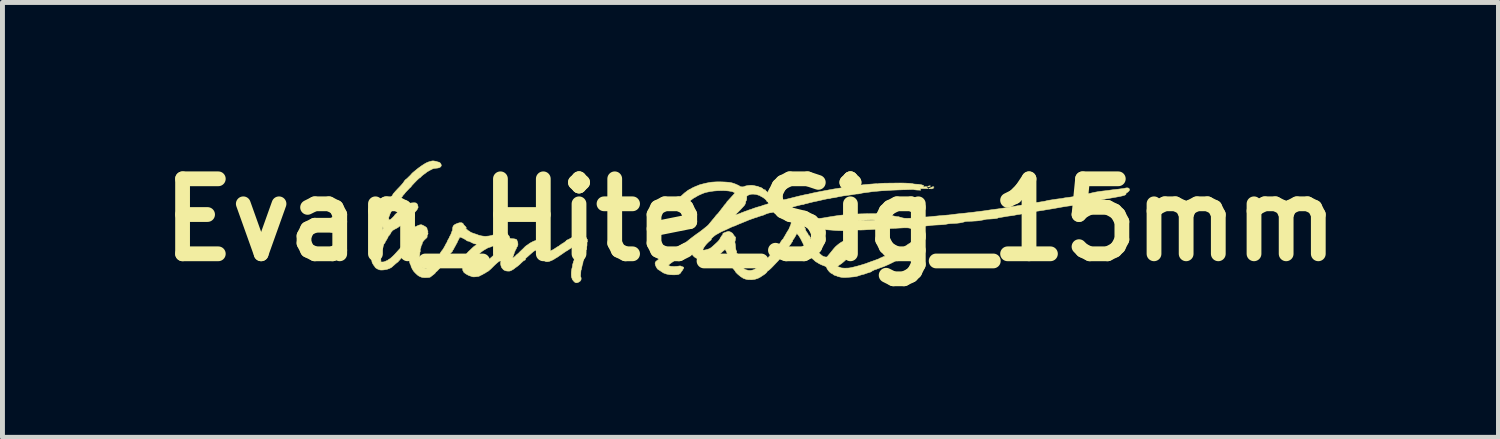
<source format=kicad_pcb>
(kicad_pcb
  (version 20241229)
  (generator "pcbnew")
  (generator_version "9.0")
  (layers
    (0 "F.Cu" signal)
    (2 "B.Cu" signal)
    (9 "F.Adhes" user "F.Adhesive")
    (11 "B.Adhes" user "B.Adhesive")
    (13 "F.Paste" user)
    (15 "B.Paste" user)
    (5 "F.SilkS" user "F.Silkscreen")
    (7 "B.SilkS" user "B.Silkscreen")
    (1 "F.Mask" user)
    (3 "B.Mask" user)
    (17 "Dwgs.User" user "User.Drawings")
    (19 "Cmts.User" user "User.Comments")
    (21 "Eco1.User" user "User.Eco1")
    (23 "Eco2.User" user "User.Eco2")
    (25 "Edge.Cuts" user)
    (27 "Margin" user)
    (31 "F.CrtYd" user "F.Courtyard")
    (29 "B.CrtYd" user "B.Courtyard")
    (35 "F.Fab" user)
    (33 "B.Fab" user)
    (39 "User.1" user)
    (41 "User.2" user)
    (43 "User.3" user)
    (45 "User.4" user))
  (footprint "Evan_Hite_Sig_15mm"
    (layer "F.Cu")
    (at 12.199 1.418)
    (property "Reference" "Evan_Hite_Sig_15mm" (at 0 0 0) (layer "F.SilkS") (effects (font (size 1.524 1.524) (thickness 0.3))))
    (attr through_hole)
    (fp_poly (pts (xy -3.308 0.397) (xy -3.312 0.4) (xy -3.315 0.397) (xy -3.312 0.394) (xy -3.308 0.397)) (stroke (width 0.01) (type solid)) (fill yes) (layer "F.SilkS"))
    (fp_poly (pts (xy 3.727 -0.638) (xy 3.724 -0.635) (xy 3.721 -0.638) (xy 3.724 -0.641) (xy 3.727 -0.638)) (stroke (width 0.01) (type solid)) (fill yes) (layer "F.SilkS"))
    (fp_poly (pts (xy 1.23 0.358) (xy 1.229 0.361) (xy 1.226 0.362) (xy 1.22 0.36) (xy 1.221 0.358) (xy 1.229 0.357) (xy 1.23 0.358)) (stroke (width 0.01) (type solid)) (fill yes) (layer "F.SilkS"))
    (fp_poly (pts (xy 3.656 -0.691) (xy 3.656 -0.69) (xy 3.653 -0.683) (xy 3.642 -0.677) (xy 3.629 -0.672) (xy 3.619 -0.672) (xy 3.616 -0.673) (xy 3.608 -0.676) (xy 3.602 -0.676) (xy 3.596 -0.675) (xy 3.602 -0.679) (xy 3.604 -0.68) (xy 3.619 -0.687) (xy 3.629 -0.69) (xy 3.643 -0.692) (xy 3.648 -0.693) (xy 3.656 -0.691)) (stroke (width 0.01) (type solid)) (fill yes) (layer "F.SilkS"))
    (fp_poly (pts (xy 3.726 -0.671) (xy 3.73 -0.667) (xy 3.728 -0.662) (xy 3.718 -0.658) (xy 3.705 -0.651) (xy 3.703 -0.643) (xy 3.702 -0.636) (xy 3.693 -0.632) (xy 3.68 -0.631) (xy 3.66 -0.632) (xy 3.644 -0.633) (xy 3.642 -0.633) (xy 3.628 -0.639) (xy 3.623 -0.643) (xy 3.62 -0.647) (xy 3.624 -0.646) (xy 3.635 -0.645) (xy 3.652 -0.649) (xy 3.67 -0.656) (xy 3.683 -0.664) (xy 3.696 -0.671) (xy 3.713 -0.673) (xy 3.726 -0.671)) (stroke (width 0.01) (type solid)) (fill yes) (layer "F.SilkS"))
    (fp_poly (pts (xy -6.422 -1.195) (xy -6.413 -1.194) (xy -6.391 -1.189) (xy -6.374 -1.185) (xy -6.366 -1.181) (xy -6.355 -1.178) (xy -6.345 -1.176) (xy -6.321 -1.169) (xy -6.302 -1.154) (xy -6.288 -1.132) (xy -6.282 -1.109) (xy -6.283 -1.098) (xy -6.294 -1.079) (xy -6.316 -1.064) (xy -6.35 -1.054) (xy -6.378 -1.051) (xy -6.405 -1.048) (xy -6.428 -1.045) (xy -6.445 -1.042) (xy -6.445 -1.041) (xy -6.459 -1.036) (xy -6.479 -1.026) (xy -6.504 -1.013) (xy -6.53 -0.999) (xy -6.554 -0.985) (xy -6.574 -0.973) (xy -6.586 -0.964) (xy -6.588 -0.962) (xy -6.596 -0.955) (xy -6.612 -0.943) (xy -6.632 -0.929) (xy -6.637 -0.925) (xy -6.66 -0.908) (xy -6.679 -0.891) (xy -6.693 -0.878) (xy -6.694 -0.876) (xy -6.705 -0.864) (xy -6.715 -0.857) (xy -6.716 -0.857) (xy -6.724 -0.853) (xy -6.738 -0.841) (xy -6.758 -0.823) (xy -6.781 -0.801) (xy -6.805 -0.776) (xy -6.83 -0.751) (xy -6.853 -0.726) (xy -6.873 -0.705) (xy -6.887 -0.688) (xy -6.895 -0.677) (xy -6.896 -0.674) (xy -6.9 -0.667) (xy -6.901 -0.667) (xy -6.908 -0.662) (xy -6.921 -0.652) (xy -6.929 -0.643) (xy -6.945 -0.626) (xy -6.965 -0.605) (xy -6.986 -0.583) (xy -6.987 -0.582) (xy -7.004 -0.564) (xy -7.016 -0.55) (xy -7.023 -0.541) (xy -7.023 -0.54) (xy -7.027 -0.533) (xy -7.034 -0.526) (xy -7.054 -0.505) (xy -7.065 -0.491) (xy -7.068 -0.485) (xy -7.072 -0.478) (xy -7.082 -0.465) (xy -7.087 -0.461) (xy -7.099 -0.448) (xy -7.105 -0.438) (xy -7.106 -0.437) (xy -7.11 -0.429) (xy -7.12 -0.416) (xy -7.133 -0.402) (xy -7.148 -0.385) (xy -7.159 -0.37) (xy -7.164 -0.361) (xy -7.171 -0.351) (xy -7.175 -0.349) (xy -7.182 -0.345) (xy -7.182 -0.343) (xy -7.186 -0.334) (xy -7.193 -0.324) (xy -7.208 -0.307) (xy -7.217 -0.294) (xy -7.222 -0.283) (xy -7.223 -0.281) (xy -7.228 -0.27) (xy -7.232 -0.267) (xy -7.238 -0.262) (xy -7.246 -0.249) (xy -7.249 -0.244) (xy -7.258 -0.23) (xy -7.265 -0.223) (xy -7.266 -0.222) (xy -7.27 -0.217) (xy -7.271 -0.214) (xy -7.275 -0.204) (xy -7.283 -0.197) (xy -7.293 -0.186) (xy -7.296 -0.177) (xy -7.299 -0.165) (xy -7.303 -0.162) (xy -7.308 -0.153) (xy -7.309 -0.146) (xy -7.313 -0.135) (xy -7.319 -0.133) (xy -7.326 -0.13) (xy -7.325 -0.123) (xy -7.326 -0.112) (xy -7.332 -0.095) (xy -7.337 -0.083) (xy -7.346 -0.063) (xy -7.35 -0.045) (xy -7.351 -0.038) (xy -7.349 -0.021) (xy -7.348 -0.011) (xy -7.343 -0.002) (xy -7.331 -0.001) (xy -7.315 -0.008) (xy -7.304 -0.016) (xy -7.277 -0.041) (xy -7.255 -0.063) (xy -7.24 -0.079) (xy -7.233 -0.089) (xy -7.233 -0.091) (xy -7.228 -0.098) (xy -7.217 -0.11) (xy -7.204 -0.123) (xy -7.187 -0.138) (xy -7.164 -0.16) (xy -7.139 -0.183) (xy -7.122 -0.2) (xy -7.094 -0.225) (xy -7.068 -0.249) (xy -7.043 -0.269) (xy -7.022 -0.286) (xy -7.007 -0.296) (xy -7.001 -0.298) (xy -6.994 -0.302) (xy -6.98 -0.31) (xy -6.969 -0.318) (xy -6.949 -0.329) (xy -6.928 -0.337) (xy -6.899 -0.343) (xy -6.888 -0.344) (xy -6.856 -0.347) (xy -6.827 -0.348) (xy -6.805 -0.345) (xy -6.791 -0.341) (xy -6.788 -0.336) (xy -6.783 -0.331) (xy -6.779 -0.33) (xy -6.773 -0.324) (xy -6.765 -0.308) (xy -6.76 -0.293) (xy -6.754 -0.265) (xy -6.754 -0.246) (xy -6.76 -0.236) (xy -6.763 -0.235) (xy -6.768 -0.23) (xy -6.769 -0.22) (xy -6.772 -0.212) (xy -6.78 -0.2) (xy -6.796 -0.182) (xy -6.818 -0.157) (xy -6.848 -0.126) (xy -6.887 -0.086) (xy -6.895 -0.078) (xy -6.929 -0.044) (xy -6.963 -0.011) (xy -6.993 0.019) (xy -7.02 0.044) (xy -7.041 0.063) (xy -7.055 0.074) (xy -7.074 0.089) (xy -7.09 0.102) (xy -7.098 0.11) (xy -7.109 0.119) (xy -7.114 0.121) (xy -7.124 0.125) (xy -7.137 0.134) (xy -7.138 0.135) (xy -7.155 0.149) (xy -7.173 0.161) (xy -7.196 0.173) (xy -7.211 0.181) (xy -7.23 0.19) (xy -7.244 0.199) (xy -7.249 0.203) (xy -7.257 0.208) (xy -7.262 0.207) (xy -7.27 0.208) (xy -7.271 0.212) (xy -7.275 0.221) (xy -7.286 0.234) (xy -7.29 0.239) (xy -7.302 0.252) (xy -7.308 0.263) (xy -7.309 0.266) (xy -7.313 0.276) (xy -7.322 0.291) (xy -7.335 0.308) (xy -7.348 0.323) (xy -7.358 0.332) (xy -7.358 0.332) (xy -7.364 0.342) (xy -7.366 0.353) (xy -7.369 0.366) (xy -7.376 0.372) (xy -7.384 0.381) (xy -7.385 0.388) (xy -7.388 0.398) (xy -7.391 0.4) (xy -7.397 0.405) (xy -7.398 0.409) (xy -7.402 0.419) (xy -7.41 0.429) (xy -7.42 0.443) (xy -7.423 0.455) (xy -7.428 0.47) (xy -7.436 0.478) (xy -7.446 0.487) (xy -7.449 0.494) (xy -7.451 0.506) (xy -7.456 0.516) (xy -7.462 0.533) (xy -7.465 0.552) (xy -7.469 0.57) (xy -7.477 0.581) (xy -7.482 0.59) (xy -7.488 0.607) (xy -7.493 0.628) (xy -7.497 0.648) (xy -7.498 0.664) (xy -7.496 0.672) (xy -7.498 0.678) (xy -7.504 0.692) (xy -7.509 0.701) (xy -7.518 0.722) (xy -7.522 0.746) (xy -7.523 0.767) (xy -7.52 0.783) (xy -7.516 0.789) (xy -7.512 0.797) (xy -7.509 0.814) (xy -7.509 0.824) (xy -7.509 0.854) (xy -7.48 0.856) (xy -7.453 0.854) (xy -7.426 0.845) (xy -7.419 0.842) (xy -7.4 0.833) (xy -7.386 0.827) (xy -7.38 0.826) (xy -7.371 0.821) (xy -7.366 0.816) (xy -7.356 0.808) (xy -7.34 0.798) (xy -7.332 0.794) (xy -7.315 0.782) (xy -7.292 0.762) (xy -7.263 0.735) (xy -7.231 0.703) (xy -7.196 0.665) (xy -7.163 0.628) (xy -7.142 0.605) (xy -7.121 0.582) (xy -7.104 0.564) (xy -7.102 0.562) (xy -7.085 0.544) (xy -7.067 0.524) (xy -7.05 0.505) (xy -7.038 0.49) (xy -7.03 0.48) (xy -7.029 0.478) (xy -7.025 0.473) (xy -7.014 0.463) (xy -7.01 0.459) (xy -6.998 0.447) (xy -6.992 0.438) (xy -6.991 0.436) (xy -6.987 0.427) (xy -6.979 0.416) (xy -6.953 0.388) (xy -6.936 0.364) (xy -6.926 0.339) (xy -6.921 0.31) (xy -6.92 0.273) (xy -6.92 0.272) (xy -6.916 0.26) (xy -6.905 0.248) (xy -6.893 0.24) (xy -6.875 0.227) (xy -6.865 0.213) (xy -6.862 0.2) (xy -6.855 0.181) (xy -6.842 0.171) (xy -6.842 0.171) (xy -6.83 0.164) (xy -6.826 0.156) (xy -6.821 0.145) (xy -6.815 0.142) (xy -6.803 0.137) (xy -6.785 0.129) (xy -6.775 0.124) (xy -6.751 0.113) (xy -6.725 0.104) (xy -6.717 0.102) (xy -6.701 0.099) (xy -6.687 0.099) (xy -6.673 0.103) (xy -6.653 0.113) (xy -6.647 0.115) (xy -6.611 0.135) (xy -6.587 0.152) (xy -6.574 0.168) (xy -6.571 0.182) (xy -6.569 0.197) (xy -6.561 0.214) (xy -6.56 0.215) (xy -6.552 0.23) (xy -6.554 0.236) (xy -6.554 0.236) (xy -6.558 0.241) (xy -6.556 0.254) (xy -6.555 0.259) (xy -6.551 0.274) (xy -6.553 0.282) (xy -6.553 0.283) (xy -6.557 0.291) (xy -6.556 0.295) (xy -6.558 0.304) (xy -6.563 0.307) (xy -6.57 0.313) (xy -6.571 0.326) (xy -6.57 0.332) (xy -6.569 0.344) (xy -6.571 0.353) (xy -6.579 0.364) (xy -6.595 0.379) (xy -6.601 0.384) (xy -6.629 0.411) (xy -6.651 0.437) (xy -6.665 0.459) (xy -6.67 0.476) (xy -6.67 0.481) (xy -6.672 0.495) (xy -6.677 0.501) (xy -6.685 0.514) (xy -6.687 0.521) (xy -6.69 0.533) (xy -6.693 0.537) (xy -6.697 0.545) (xy -6.696 0.553) (xy -6.697 0.569) (xy -6.703 0.578) (xy -6.71 0.59) (xy -6.711 0.606) (xy -6.71 0.619) (xy -6.709 0.637) (xy -6.71 0.647) (xy -6.712 0.648) (xy -6.715 0.653) (xy -6.717 0.668) (xy -6.717 0.676) (xy -6.718 0.694) (xy -6.72 0.707) (xy -6.721 0.71) (xy -6.722 0.719) (xy -6.724 0.737) (xy -6.725 0.762) (xy -6.725 0.779) (xy -6.725 0.808) (xy -6.724 0.827) (xy -6.722 0.839) (xy -6.718 0.847) (xy -6.713 0.852) (xy -6.701 0.868) (xy -6.699 0.882) (xy -6.697 0.897) (xy -6.689 0.902) (xy -6.689 0.902) (xy -6.682 0.905) (xy -6.682 0.915) (xy -6.681 0.933) (xy -6.67 0.95) (xy -6.653 0.965) (xy -6.632 0.974) (xy -6.628 0.974) (xy -6.62 0.979) (xy -6.619 0.979) (xy -6.606 0.984) (xy -6.586 0.982) (xy -6.561 0.972) (xy -6.544 0.963) (xy -6.519 0.945) (xy -6.494 0.924) (xy -6.472 0.903) (xy -6.454 0.883) (xy -6.444 0.868) (xy -6.443 0.865) (xy -6.437 0.854) (xy -6.433 0.851) (xy -6.427 0.846) (xy -6.416 0.834) (xy -6.402 0.816) (xy -6.386 0.796) (xy -6.371 0.777) (xy -6.359 0.76) (xy -6.351 0.748) (xy -6.35 0.745) (xy -6.346 0.738) (xy -6.336 0.725) (xy -6.328 0.716) (xy -6.315 0.702) (xy -6.307 0.69) (xy -6.306 0.686) (xy -6.301 0.672) (xy -6.288 0.651) (xy -6.271 0.628) (xy -6.257 0.611) (xy -6.244 0.592) (xy -6.23 0.568) (xy -6.224 0.559) (xy -6.216 0.543) (xy -6.204 0.522) (xy -6.193 0.5) (xy -6.184 0.482) (xy -6.182 0.478) (xy -6.175 0.467) (xy -6.171 0.464) (xy -6.166 0.458) (xy -6.166 0.455) (xy -6.163 0.444) (xy -6.156 0.427) (xy -6.147 0.408) (xy -6.138 0.391) (xy -6.13 0.379) (xy -6.127 0.376) (xy -6.122 0.368) (xy -6.121 0.363) (xy -6.118 0.351) (xy -6.109 0.335) (xy -6.106 0.329) (xy -6.095 0.31) (xy -6.084 0.286) (xy -6.076 0.264) (xy -6.069 0.243) (xy -6.063 0.228) (xy -6.059 0.222) (xy -6.059 0.222) (xy -6.056 0.216) (xy -6.054 0.201) (xy -6.053 0.183) (xy -6.048 0.148) (xy -6.038 0.123) (xy -6.02 0.104) (xy -5.994 0.088) (xy -5.947 0.068) (xy -5.908 0.058) (xy -5.875 0.057) (xy -5.851 0.066) (xy -5.845 0.071) (xy -5.834 0.083) (xy -5.829 0.093) (xy -5.829 0.093) (xy -5.825 0.101) (xy -5.813 0.114) (xy -5.805 0.122) (xy -5.789 0.137) (xy -5.779 0.152) (xy -5.773 0.164) (xy -5.775 0.171) (xy -5.778 0.171) (xy -5.785 0.174) (xy -5.783 0.181) (xy -5.773 0.189) (xy -5.769 0.19) (xy -5.755 0.2) (xy -5.747 0.209) (xy -5.737 0.22) (xy -5.728 0.222) (xy -5.716 0.227) (xy -5.708 0.235) (xy -5.695 0.245) (xy -5.672 0.257) (xy -5.64 0.27) (xy -5.604 0.282) (xy -5.588 0.287) (xy -5.574 0.292) (xy -5.559 0.297) (xy -5.536 0.306) (xy -5.531 0.308) (xy -5.498 0.318) (xy -5.457 0.327) (xy -5.41 0.333) (xy -5.409 0.333) (xy -5.387 0.334) (xy -5.358 0.332) (xy -5.325 0.329) (xy -5.294 0.324) (xy -5.266 0.318) (xy -5.247 0.312) (xy -5.244 0.311) (xy -5.229 0.306) (xy -5.222 0.305) (xy -5.207 0.303) (xy -5.187 0.297) (xy -5.166 0.29) (xy -5.155 0.285) (xy -5.142 0.281) (xy -5.122 0.279) (xy -5.117 0.279) (xy -5.093 0.277) (xy -5.067 0.272) (xy -5.058 0.27) (xy -5.023 0.262) (xy -4.993 0.262) (xy -4.966 0.268) (xy -4.943 0.279) (xy -4.93 0.291) (xy -4.928 0.302) (xy -4.926 0.31) (xy -4.923 0.309) (xy -4.918 0.311) (xy -4.91 0.322) (xy -4.901 0.336) (xy -4.894 0.352) (xy -4.89 0.365) (xy -4.889 0.368) (xy -4.888 0.374) (xy -4.881 0.377) (xy -4.868 0.38) (xy -4.845 0.382) (xy -4.832 0.382) (xy -4.793 0.387) (xy -4.765 0.394) (xy -4.748 0.405) (xy -4.743 0.418) (xy -4.74 0.432) (xy -4.737 0.436) (xy -4.732 0.446) (xy -4.728 0.462) (xy -4.726 0.482) (xy -4.725 0.501) (xy -4.726 0.515) (xy -4.73 0.521) (xy -4.73 0.521) (xy -4.734 0.525) (xy -4.734 0.529) (xy -4.735 0.539) (xy -4.743 0.549) (xy -4.753 0.563) (xy -4.756 0.576) (xy -4.761 0.591) (xy -4.769 0.603) (xy -4.778 0.617) (xy -4.782 0.628) (xy -4.786 0.642) (xy -4.791 0.648) (xy -4.797 0.657) (xy -4.797 0.661) (xy -4.797 0.67) (xy -4.801 0.68) (xy -4.808 0.697) (xy -4.81 0.707) (xy -4.815 0.721) (xy -4.822 0.74) (xy -4.823 0.742) (xy -4.829 0.756) (xy -4.831 0.765) (xy -4.831 0.766) (xy -4.823 0.766) (xy -4.81 0.762) (xy -4.799 0.756) (xy -4.794 0.75) (xy -4.789 0.743) (xy -4.781 0.74) (xy -4.773 0.735) (xy -4.772 0.73) (xy -4.769 0.724) (xy -4.758 0.714) (xy -4.746 0.704) (xy -4.727 0.689) (xy -4.71 0.674) (xy -4.703 0.667) (xy -4.692 0.655) (xy -4.675 0.638) (xy -4.655 0.619) (xy -4.652 0.616) (xy -4.63 0.596) (xy -4.609 0.575) (xy -4.592 0.558) (xy -4.592 0.557) (xy -4.573 0.539) (xy -4.554 0.524) (xy -4.547 0.519) (xy -4.526 0.506) (xy -4.505 0.491) (xy -4.502 0.488) (xy -4.485 0.476) (xy -4.463 0.463) (xy -4.438 0.45) (xy -4.414 0.438) (xy -4.394 0.429) (xy -4.382 0.426) (xy -4.381 0.425) (xy -4.369 0.422) (xy -4.365 0.419) (xy -4.356 0.416) (xy -4.339 0.411) (xy -4.315 0.407) (xy -4.312 0.406) (xy -4.279 0.402) (xy -4.251 0.402) (xy -4.221 0.407) (xy -4.2 0.411) (xy -4.184 0.416) (xy -4.178 0.42) (xy -4.178 0.42) (xy -4.174 0.427) (xy -4.163 0.439) (xy -4.156 0.446) (xy -4.14 0.463) (xy -4.135 0.478) (xy -4.135 0.479) (xy -4.133 0.495) (xy -4.128 0.507) (xy -4.124 0.522) (xy -4.124 0.533) (xy -4.124 0.546) (xy -4.12 0.561) (xy -4.113 0.574) (xy -4.107 0.578) (xy -4.103 0.584) (xy -4.103 0.599) (xy -4.104 0.606) (xy -4.105 0.626) (xy -4.102 0.636) (xy -4.1 0.637) (xy -4.088 0.637) (xy -4.071 0.634) (xy -4.055 0.629) (xy -4.046 0.624) (xy -4.046 0.624) (xy -4.037 0.617) (xy -4.026 0.613) (xy -4.014 0.607) (xy -3.995 0.596) (xy -3.972 0.581) (xy -3.96 0.573) (xy -3.936 0.557) (xy -3.915 0.544) (xy -3.899 0.535) (xy -3.894 0.533) (xy -3.883 0.527) (xy -3.88 0.522) (xy -3.875 0.516) (xy -3.862 0.508) (xy -3.861 0.508) (xy -3.848 0.501) (xy -3.842 0.495) (xy -3.842 0.495) (xy -3.837 0.489) (xy -3.835 0.489) (xy -3.826 0.485) (xy -3.81 0.476) (xy -3.79 0.462) (xy -3.77 0.448) (xy -3.752 0.433) (xy -3.747 0.429) (xy -3.321 0.429) (xy -3.318 0.432) (xy -3.315 0.429) (xy -3.318 0.425) (xy -3.321 0.429) (xy -3.747 0.429) (xy -3.741 0.423) (xy -3.729 0.412) (xy -3.719 0.406) (xy -3.718 0.406) (xy -3.713 0.405) (xy -3.704 0.402) (xy -3.69 0.394) (xy -3.668 0.382) (xy -3.651 0.372) (xy -3.6 0.345) (xy -3.548 0.321) (xy -3.527 0.313) (xy -3.495 0.305) (xy -3.46 0.302) (xy -3.426 0.303) (xy -3.397 0.309) (xy -3.384 0.315) (xy -3.364 0.33) (xy -3.346 0.35) (xy -3.331 0.372) (xy -3.322 0.392) (xy -3.321 0.399) (xy -3.318 0.415) (xy -3.313 0.424) (xy -3.309 0.432) (xy -3.314 0.437) (xy -3.318 0.446) (xy -3.321 0.464) (xy -3.321 0.488) (xy -3.321 0.511) (xy -3.323 0.53) (xy -3.326 0.541) (xy -3.326 0.541) (xy -3.329 0.552) (xy -3.33 0.57) (xy -3.33 0.574) (xy -3.33 0.593) (xy -3.336 0.605) (xy -3.338 0.606) (xy -3.345 0.619) (xy -3.345 0.628) (xy -3.344 0.642) (xy -3.347 0.663) (xy -3.35 0.675) (xy -3.356 0.696) (xy -3.36 0.714) (xy -3.362 0.721) (xy -3.365 0.734) (xy -3.371 0.754) (xy -3.374 0.762) (xy -3.38 0.782) (xy -3.384 0.799) (xy -3.384 0.804) (xy -3.388 0.819) (xy -3.394 0.829) (xy -3.401 0.844) (xy -3.403 0.862) (xy -3.405 0.88) (xy -3.409 0.894) (xy -3.415 0.908) (xy -3.421 0.931) (xy -3.426 0.957) (xy -3.431 0.983) (xy -3.432 0.99) (xy -3.435 1.006) (xy -3.44 1.015) (xy -3.44 1.015) (xy -3.443 1.023) (xy -3.445 1.04) (xy -3.447 1.06) (xy -3.448 1.087) (xy -3.45 1.111) (xy -3.452 1.126) (xy -3.452 1.148) (xy -3.448 1.159) (xy -3.442 1.174) (xy -3.44 1.195) (xy -3.443 1.217) (xy -3.445 1.222) (xy -3.459 1.243) (xy -3.483 1.261) (xy -3.512 1.274) (xy -3.528 1.278) (xy -3.547 1.278) (xy -3.565 1.269) (xy -3.568 1.267) (xy -3.58 1.257) (xy -3.593 1.243) (xy -3.606 1.227) (xy -3.617 1.213) (xy -3.622 1.203) (xy -3.622 1.2) (xy -3.622 1.196) (xy -3.624 1.192) (xy -3.632 1.175) (xy -3.638 1.148) (xy -3.64 1.114) (xy -3.64 1.075) (xy -3.638 1.05) (xy -3.634 1.023) (xy -3.631 1) (xy -3.627 0.985) (xy -3.626 0.981) (xy -3.623 0.972) (xy -3.619 0.954) (xy -3.616 0.932) (xy -3.613 0.91) (xy -3.609 0.893) (xy -3.606 0.885) (xy -3.602 0.877) (xy -3.6 0.864) (xy -3.598 0.849) (xy -3.593 0.84) (xy -3.586 0.828) (xy -3.584 0.818) (xy -3.582 0.804) (xy -3.577 0.782) (xy -3.57 0.753) (xy -3.562 0.721) (xy -3.553 0.689) (xy -3.546 0.664) (xy -3.54 0.641) (xy -3.535 0.62) (xy -3.533 0.613) (xy -3.529 0.593) (xy -3.524 0.578) (xy -3.52 0.562) (xy -3.516 0.54) (xy -3.515 0.531) (xy -3.512 0.501) (xy -3.532 0.505) (xy -3.545 0.51) (xy -3.566 0.521) (xy -3.59 0.536) (xy -3.606 0.546) (xy -3.646 0.573) (xy -3.68 0.595) (xy -3.708 0.614) (xy -3.729 0.627) (xy -3.741 0.634) (xy -3.744 0.635) (xy -3.75 0.638) (xy -3.763 0.647) (xy -3.773 0.654) (xy -3.793 0.668) (xy -3.817 0.685) (xy -3.841 0.702) (xy -3.842 0.702) (xy -3.867 0.719) (xy -3.894 0.738) (xy -3.915 0.752) (xy -3.933 0.764) (xy -3.947 0.772) (xy -3.954 0.775) (xy -3.963 0.779) (xy -3.969 0.785) (xy -3.979 0.792) (xy -3.996 0.802) (xy -4.02 0.815) (xy -4.037 0.823) (xy -4.079 0.84) (xy -4.114 0.849) (xy -4.143 0.85) (xy -4.169 0.843) (xy -4.176 0.839) (xy -4.196 0.829) (xy -4.217 0.818) (xy -4.219 0.817) (xy -4.235 0.806) (xy -4.254 0.79) (xy -4.271 0.772) (xy -4.285 0.755) (xy -4.292 0.742) (xy -4.293 0.738) (xy -4.294 0.727) (xy -4.299 0.709) (xy -4.302 0.7) (xy -4.309 0.674) (xy -4.317 0.646) (xy -4.319 0.64) (xy -4.326 0.62) (xy -4.334 0.611) (xy -4.339 0.61) (xy -4.353 0.613) (xy -4.373 0.621) (xy -4.393 0.632) (xy -4.41 0.643) (xy -4.415 0.647) (xy -4.426 0.657) (xy -4.442 0.671) (xy -4.452 0.679) (xy -4.473 0.698) (xy -4.496 0.718) (xy -4.505 0.726) (xy -4.524 0.744) (xy -4.543 0.76) (xy -4.552 0.767) (xy -4.564 0.779) (xy -4.571 0.79) (xy -4.571 0.793) (xy -4.573 0.808) (xy -4.582 0.818) (xy -4.588 0.819) (xy -4.594 0.821) (xy -4.603 0.826) (xy -4.615 0.835) (xy -4.633 0.851) (xy -4.657 0.873) (xy -4.682 0.898) (xy -4.705 0.918) (xy -4.73 0.939) (xy -4.751 0.954) (xy -4.753 0.956) (xy -4.774 0.97) (xy -4.793 0.985) (xy -4.802 0.993) (xy -4.818 1.004) (xy -4.84 1.017) (xy -4.856 1.026) (xy -4.876 1.035) (xy -4.893 1.04) (xy -4.912 1.041) (xy -4.937 1.04) (xy -4.938 1.04) (xy -4.969 1.036) (xy -4.989 1.03) (xy -4.995 1.026) (xy -5.007 1.018) (xy -5.014 1.016) (xy -5.022 1.012) (xy -5.023 1.01) (xy -5.027 1.002) (xy -5.038 0.99) (xy -5.042 0.987) (xy -5.056 0.968) (xy -5.067 0.94) (xy -5.075 0.909) (xy -5.077 0.879) (xy -5.074 0.854) (xy -5.074 0.854) (xy -5.07 0.838) (xy -5.069 0.828) (xy -5.07 0.827) (xy -5.079 0.827) (xy -5.095 0.835) (xy -5.118 0.85) (xy -5.145 0.872) (xy -5.176 0.899) (xy -5.21 0.931) (xy -5.245 0.966) (xy -5.248 0.969) (xy -5.275 0.996) (xy -5.301 1.019) (xy -5.323 1.038) (xy -5.341 1.05) (xy -5.351 1.054) (xy -5.358 1.058) (xy -5.371 1.066) (xy -5.376 1.07) (xy -5.39 1.08) (xy -5.4 1.085) (xy -5.402 1.086) (xy -5.41 1.089) (xy -5.424 1.097) (xy -5.431 1.102) (xy -5.446 1.111) (xy -5.458 1.117) (xy -5.46 1.118) (xy -5.469 1.121) (xy -5.484 1.128) (xy -5.491 1.132) (xy -5.504 1.14) (xy -5.516 1.145) (xy -5.528 1.149) (xy -5.545 1.151) (xy -5.57 1.154) (xy -5.588 1.156) (xy -5.619 1.158) (xy -5.641 1.157) (xy -5.655 1.154) (xy -5.658 1.153) (xy -5.676 1.145) (xy -5.694 1.14) (xy -5.715 1.133) (xy -5.739 1.122) (xy -5.764 1.108) (xy -5.789 1.093) (xy -5.81 1.077) (xy -5.825 1.063) (xy -5.833 1.052) (xy -5.832 1.048) (xy -5.834 1.04) (xy -5.839 1.035) (xy -5.846 1.025) (xy -5.846 1.019) (xy -5.846 1.009) (xy -5.848 0.99) (xy -5.852 0.967) (xy -5.853 0.962) (xy -5.857 0.935) (xy -5.859 0.917) (xy -5.858 0.905) (xy -5.854 0.896) (xy -5.854 0.895) (xy -5.655 0.895) (xy -5.652 0.905) (xy -5.651 0.905) (xy -5.647 0.914) (xy -5.648 0.924) (xy -5.647 0.942) (xy -5.638 0.956) (xy -5.619 0.968) (xy -5.593 0.971) (xy -5.559 0.965) (xy -5.553 0.963) (xy -5.531 0.955) (xy -5.508 0.943) (xy -5.502 0.94) (xy -5.483 0.928) (xy -5.464 0.917) (xy -5.459 0.915) (xy -5.443 0.904) (xy -5.425 0.891) (xy -5.422 0.888) (xy -5.408 0.877) (xy -5.399 0.87) (xy -5.397 0.87) (xy -5.389 0.866) (xy -5.373 0.855) (xy -5.352 0.837) (xy -5.326 0.816) (xy -5.306 0.798) (xy -5.286 0.78) (xy -5.267 0.763) (xy -5.253 0.751) (xy -5.252 0.75) (xy -5.23 0.73) (xy -5.204 0.705) (xy -5.176 0.678) (xy -5.146 0.648) (xy -5.116 0.618) (xy -5.088 0.589) (xy -5.062 0.562) (xy -5.04 0.539) (xy -5.023 0.521) (xy -5.013 0.509) (xy -5.011 0.504) (xy -5.022 0.502) (xy -5.04 0.501) (xy -5.064 0.501) (xy -5.09 0.503) (xy -5.114 0.505) (xy -5.134 0.508) (xy -5.147 0.512) (xy -5.15 0.514) (xy -5.156 0.517) (xy -5.17 0.521) (xy -5.183 0.523) (xy -5.213 0.527) (xy -5.234 0.531) (xy -5.249 0.536) (xy -5.26 0.542) (xy -5.276 0.549) (xy -5.295 0.555) (xy -5.296 0.555) (xy -5.316 0.56) (xy -5.334 0.567) (xy -5.334 0.567) (xy -5.383 0.595) (xy -5.424 0.619) (xy -5.458 0.643) (xy -5.488 0.667) (xy -5.518 0.695) (xy -5.534 0.711) (xy -5.568 0.746) (xy -5.593 0.773) (xy -5.611 0.795) (xy -5.623 0.811) (xy -5.628 0.823) (xy -5.629 0.829) (xy -5.633 0.845) (xy -5.639 0.853) (xy -5.647 0.864) (xy -5.653 0.879) (xy -5.655 0.895) (xy -5.854 0.895) (xy -5.849 0.882) (xy -5.848 0.873) (xy -5.847 0.858) (xy -5.841 0.835) (xy -5.831 0.807) (xy -5.817 0.776) (xy -5.801 0.745) (xy -5.794 0.733) (xy -5.782 0.714) (xy -5.772 0.695) (xy -5.769 0.691) (xy -5.759 0.677) (xy -5.744 0.66) (xy -5.726 0.641) (xy -5.705 0.622) (xy -5.68 0.598) (xy -5.655 0.574) (xy -5.65 0.569) (xy -5.629 0.55) (xy -5.608 0.533) (xy -5.592 0.522) (xy -5.588 0.52) (xy -5.573 0.51) (xy -5.569 0.5) (xy -5.574 0.492) (xy -5.588 0.489) (xy -5.605 0.486) (xy -5.629 0.478) (xy -5.661 0.463) (xy -5.682 0.452) (xy -5.703 0.441) (xy -5.717 0.435) (xy -5.728 0.432) (xy -5.737 0.432) (xy -5.752 0.428) (xy -5.769 0.418) (xy -5.774 0.414) (xy -5.792 0.4) (xy -5.819 0.385) (xy -5.848 0.37) (xy -5.875 0.358) (xy -5.894 0.352) (xy -5.907 0.35) (xy -5.911 0.356) (xy -5.912 0.361) (xy -5.916 0.374) (xy -5.922 0.379) (xy -5.929 0.386) (xy -5.928 0.391) (xy -5.929 0.401) (xy -5.931 0.403) (xy -5.937 0.411) (xy -5.946 0.426) (xy -5.954 0.444) (xy -5.96 0.46) (xy -5.963 0.47) (xy -5.968 0.475) (xy -5.973 0.476) (xy -5.98 0.48) (xy -5.979 0.487) (xy -5.979 0.498) (xy -5.982 0.502) (xy -5.989 0.511) (xy -5.99 0.515) (xy -5.995 0.526) (xy -6.004 0.541) (xy -6.006 0.544) (xy -6.015 0.558) (xy -6.02 0.569) (xy -6.02 0.57) (xy -6.024 0.579) (xy -6.029 0.584) (xy -6.035 0.594) (xy -6.035 0.6) (xy -6.038 0.608) (xy -6.046 0.612) (xy -6.056 0.616) (xy -6.054 0.621) (xy -6.052 0.622) (xy -6.05 0.627) (xy -6.054 0.635) (xy -6.067 0.65) (xy -6.076 0.658) (xy -6.092 0.675) (xy -6.104 0.69) (xy -6.109 0.699) (xy -6.109 0.699) (xy -6.112 0.71) (xy -6.121 0.725) (xy -6.125 0.73) (xy -6.135 0.746) (xy -6.14 0.759) (xy -6.14 0.762) (xy -6.144 0.771) (xy -6.155 0.787) (xy -6.166 0.8) (xy -6.184 0.821) (xy -6.204 0.845) (xy -6.221 0.867) (xy -6.236 0.886) (xy -6.25 0.901) (xy -6.258 0.91) (xy -6.259 0.91) (xy -6.267 0.919) (xy -6.267 0.923) (xy -6.271 0.933) (xy -6.282 0.947) (xy -6.291 0.958) (xy -6.308 0.976) (xy -6.328 0.998) (xy -6.349 1.021) (xy -6.35 1.022) (xy -6.366 1.039) (xy -6.38 1.051) (xy -6.388 1.057) (xy -6.389 1.057) (xy -6.394 1.059) (xy -6.395 1.065) (xy -6.4 1.074) (xy -6.413 1.088) (xy -6.432 1.105) (xy -6.434 1.106) (xy -6.457 1.124) (xy -6.478 1.14) (xy -6.494 1.153) (xy -6.495 1.154) (xy -6.505 1.161) (xy -6.515 1.166) (xy -6.528 1.169) (xy -6.547 1.171) (xy -6.575 1.172) (xy -6.587 1.173) (xy -6.62 1.173) (xy -6.644 1.172) (xy -6.663 1.17) (xy -6.682 1.165) (xy -6.702 1.158) (xy -6.726 1.147) (xy -6.747 1.135) (xy -6.769 1.118) (xy -6.796 1.093) (xy -6.796 1.093) (xy -6.818 1.071) (xy -6.837 1.05) (xy -6.851 1.033) (xy -6.856 1.024) (xy -6.863 1.01) (xy -6.87 1.001) (xy -6.871 1) (xy -6.876 0.991) (xy -6.877 0.987) (xy -6.881 0.974) (xy -6.887 0.967) (xy -6.894 0.954) (xy -6.896 0.941) (xy -6.899 0.925) (xy -6.904 0.916) (xy -6.914 0.899) (xy -6.923 0.871) (xy -6.93 0.834) (xy -6.934 0.789) (xy -6.937 0.739) (xy -6.937 0.697) (xy -6.936 0.668) (xy -6.937 0.644) (xy -6.938 0.628) (xy -6.94 0.622) (xy -6.947 0.627) (xy -6.961 0.639) (xy -6.98 0.657) (xy -7.003 0.679) (xy -7.028 0.704) (xy -7.053 0.73) (xy -7.077 0.756) (xy -7.097 0.779) (xy -7.114 0.797) (xy -7.124 0.81) (xy -7.127 0.814) (xy -7.134 0.824) (xy -7.14 0.826) (xy -7.148 0.831) (xy -7.153 0.841) (xy -7.158 0.853) (xy -7.165 0.857) (xy -7.169 0.858) (xy -7.174 0.861) (xy -7.182 0.867) (xy -7.195 0.878) (xy -7.214 0.894) (xy -7.24 0.918) (xy -7.25 0.926) (xy -7.271 0.945) (xy -7.286 0.959) (xy -7.299 0.968) (xy -7.312 0.975) (xy -7.328 0.983) (xy -7.335 0.987) (xy -7.388 1.006) (xy -7.449 1.016) (xy -7.49 1.019) (xy -7.517 1.018) (xy -7.537 1.015) (xy -7.558 1.007) (xy -7.578 0.998) (xy -7.607 0.981) (xy -7.625 0.966) (xy -7.628 0.96) (xy -7.635 0.946) (xy -7.64 0.94) (xy -7.648 0.931) (xy -7.659 0.915) (xy -7.671 0.896) (xy -7.682 0.877) (xy -7.686 0.869) (xy -7.691 0.85) (xy -7.695 0.823) (xy -7.697 0.789) (xy -7.698 0.752) (xy -7.697 0.716) (xy -7.694 0.685) (xy -7.69 0.66) (xy -7.688 0.654) (xy -7.681 0.635) (xy -7.678 0.619) (xy -7.677 0.615) (xy -7.675 0.602) (xy -7.67 0.582) (xy -7.663 0.559) (xy -7.655 0.536) (xy -7.654 0.533) (xy -7.65 0.519) (xy -7.648 0.511) (xy -7.644 0.5) (xy -7.636 0.481) (xy -7.625 0.457) (xy -7.617 0.442) (xy -7.605 0.417) (xy -7.595 0.395) (xy -7.589 0.379) (xy -7.588 0.374) (xy -7.586 0.364) (xy -7.583 0.362) (xy -7.577 0.357) (xy -7.568 0.344) (xy -7.563 0.335) (xy -7.552 0.317) (xy -7.541 0.304) (xy -7.538 0.3) (xy -7.528 0.289) (xy -7.523 0.274) (xy -7.517 0.261) (xy -7.505 0.241) (xy -7.49 0.221) (xy -7.472 0.196) (xy -7.463 0.177) (xy -7.464 0.159) (xy -7.474 0.141) (xy -7.485 0.128) (xy -7.508 0.103) (xy -7.524 0.085) (xy -7.534 0.07) (xy -7.541 0.058) (xy -7.544 0.044) (xy -7.546 0.027) (xy -7.547 0.023) (xy -7.547 0.01) (xy -7.353 0.01) (xy -7.35 0.013) (xy -7.347 0.01) (xy -7.35 0.006) (xy -7.353 0.01) (xy -7.547 0.01) (xy -7.548 -0.007) (xy -7.546 -0.035) (xy -7.544 -0.043) (xy -7.54 -0.061) (xy -7.538 -0.072) (xy -7.538 -0.074) (xy -7.538 -0.084) (xy -7.534 -0.1) (xy -7.529 -0.116) (xy -7.526 -0.124) (xy -7.521 -0.136) (xy -7.521 -0.139) (xy -7.516 -0.15) (xy -7.514 -0.152) (xy -7.507 -0.16) (xy -7.501 -0.17) (xy -7.488 -0.193) (xy -7.476 -0.212) (xy -7.463 -0.232) (xy -7.453 -0.247) (xy -7.441 -0.266) (xy -7.433 -0.282) (xy -7.43 -0.29) (xy -7.426 -0.299) (xy -7.415 -0.314) (xy -7.405 -0.326) (xy -7.388 -0.347) (xy -7.37 -0.37) (xy -7.363 -0.379) (xy -7.352 -0.395) (xy -7.343 -0.405) (xy -7.34 -0.406) (xy -7.335 -0.411) (xy -7.334 -0.415) (xy -7.33 -0.424) (xy -7.321 -0.439) (xy -7.314 -0.448) (xy -7.295 -0.471) (xy -7.28 -0.492) (xy -7.269 -0.509) (xy -7.264 -0.518) (xy -7.264 -0.518) (xy -7.261 -0.526) (xy -7.255 -0.533) (xy -7.246 -0.544) (xy -7.232 -0.559) (xy -7.225 -0.568) (xy -7.212 -0.583) (xy -7.192 -0.604) (xy -7.17 -0.628) (xy -7.156 -0.642) (xy -7.114 -0.686) (xy -7.081 -0.723) (xy -7.057 -0.752) (xy -7.042 -0.773) (xy -7.042 -0.775) (xy -7.032 -0.79) (xy -7.019 -0.806) (xy -7.007 -0.819) (xy -6.998 -0.825) (xy -6.997 -0.825) (xy -6.991 -0.83) (xy -6.978 -0.841) (xy -6.961 -0.857) (xy -6.942 -0.876) (xy -6.922 -0.895) (xy -6.905 -0.913) (xy -6.892 -0.927) (xy -6.886 -0.935) (xy -6.878 -0.944) (xy -6.861 -0.96) (xy -6.838 -0.979) (xy -6.81 -1.002) (xy -6.78 -1.027) (xy -6.748 -1.052) (xy -6.716 -1.075) (xy -6.688 -1.095) (xy -6.677 -1.103) (xy -6.638 -1.128) (xy -6.607 -1.147) (xy -6.579 -1.162) (xy -6.553 -1.173) (xy -6.524 -1.183) (xy -6.506 -1.188) (xy -6.479 -1.195) (xy -6.459 -1.198) (xy -6.442 -1.198) (xy -6.422 -1.195)) (stroke (width 0.01) (type solid)) (fill yes) (layer "F.SilkS"))
    (fp_poly (pts (xy -0.588 -0.772) (xy -0.533 -0.77) (xy -0.482 -0.767) (xy -0.436 -0.763) (xy -0.398 -0.757) (xy -0.369 -0.75) (xy -0.362 -0.748) (xy -0.345 -0.742) (xy -0.335 -0.739) (xy -0.321 -0.734) (xy -0.3 -0.726) (xy -0.276 -0.715) (xy -0.251 -0.704) (xy -0.23 -0.693) (xy -0.216 -0.684) (xy -0.211 -0.68) (xy -0.2 -0.675) (xy -0.182 -0.672) (xy -0.16 -0.671) (xy -0.14 -0.673) (xy -0.126 -0.677) (xy -0.125 -0.678) (xy -0.111 -0.685) (xy -0.087 -0.691) (xy -0.057 -0.697) (xy -0.023 -0.701) (xy -0.007 -0.702) (xy 0.031 -0.703) (xy 0.065 -0.698) (xy 0.088 -0.693) (xy 0.111 -0.687) (xy 0.13 -0.684) (xy 0.141 -0.683) (xy 0.142 -0.683) (xy 0.152 -0.682) (xy 0.159 -0.677) (xy 0.171 -0.668) (xy 0.179 -0.667) (xy 0.194 -0.664) (xy 0.213 -0.657) (xy 0.232 -0.647) (xy 0.246 -0.638) (xy 0.252 -0.632) (xy 0.259 -0.623) (xy 0.263 -0.622) (xy 0.274 -0.618) (xy 0.279 -0.613) (xy 0.288 -0.605) (xy 0.295 -0.604) (xy 0.296 -0.609) (xy 0.294 -0.611) (xy 0.293 -0.615) (xy 0.3 -0.61) (xy 0.308 -0.602) (xy 0.308 -0.597) (xy 0.31 -0.591) (xy 0.316 -0.588) (xy 0.326 -0.582) (xy 0.342 -0.569) (xy 0.36 -0.553) (xy 0.361 -0.553) (xy 0.378 -0.537) (xy 0.393 -0.526) (xy 0.401 -0.522) (xy 0.402 -0.522) (xy 0.409 -0.519) (xy 0.41 -0.514) (xy 0.414 -0.502) (xy 0.423 -0.49) (xy 0.433 -0.482) (xy 0.441 -0.481) (xy 0.444 -0.481) (xy 0.443 -0.479) (xy 0.442 -0.471) (xy 0.448 -0.463) (xy 0.457 -0.461) (xy 0.459 -0.461) (xy 0.463 -0.461) (xy 0.462 -0.459) (xy 0.463 -0.451) (xy 0.473 -0.438) (xy 0.484 -0.425) (xy 0.5 -0.408) (xy 0.512 -0.393) (xy 0.518 -0.385) (xy 0.521 -0.38) (xy 0.527 -0.378) (xy 0.537 -0.378) (xy 0.554 -0.381) (xy 0.581 -0.388) (xy 0.581 -0.388) (xy 0.611 -0.395) (xy 0.64 -0.401) (xy 0.664 -0.406) (xy 0.67 -0.407) (xy 0.691 -0.411) (xy 0.719 -0.417) (xy 0.749 -0.424) (xy 0.762 -0.427) (xy 0.818 -0.441) (xy 0.874 -0.455) (xy 0.929 -0.469) (xy 0.981 -0.482) (xy 1.03 -0.493) (xy 1.073 -0.503) (xy 1.109 -0.511) (xy 1.136 -0.517) (xy 1.154 -0.52) (xy 1.159 -0.521) (xy 1.172 -0.522) (xy 1.192 -0.527) (xy 1.207 -0.531) (xy 1.232 -0.537) (xy 1.262 -0.544) (xy 1.286 -0.549) (xy 1.315 -0.555) (xy 1.35 -0.562) (xy 1.381 -0.568) (xy 1.423 -0.577) (xy 1.463 -0.584) (xy 1.5 -0.591) (xy 1.53 -0.597) (xy 1.55 -0.6) (xy 1.553 -0.601) (xy 1.567 -0.603) (xy 1.59 -0.608) (xy 1.618 -0.613) (xy 1.635 -0.616) (xy 1.667 -0.622) (xy 1.706 -0.629) (xy 1.748 -0.635) (xy 1.786 -0.641) (xy 1.823 -0.647) (xy 1.858 -0.653) (xy 1.889 -0.658) (xy 1.911 -0.663) (xy 1.913 -0.663) (xy 1.937 -0.668) (xy 1.969 -0.673) (xy 1.985 -0.675) (xy 3.42 -0.675) (xy 3.429 -0.674) (xy 3.438 -0.675) (xy 3.437 -0.677) (xy 3.424 -0.678) (xy 3.421 -0.677) (xy 3.42 -0.675) (xy 1.985 -0.675) (xy 2.003 -0.677) (xy 2.019 -0.679) (xy 2.048 -0.682) (xy 2.072 -0.686) (xy 2.089 -0.688) (xy 2.095 -0.689) (xy 2.109 -0.692) (xy 2.133 -0.695) (xy 2.165 -0.699) (xy 2.203 -0.704) (xy 2.246 -0.708) (xy 2.293 -0.713) (xy 2.341 -0.718) (xy 2.389 -0.722) (xy 2.434 -0.726) (xy 2.476 -0.729) (xy 2.512 -0.732) (xy 2.541 -0.734) (xy 2.562 -0.735) (xy 2.571 -0.734) (xy 2.571 -0.734) (xy 2.58 -0.733) (xy 2.597 -0.735) (xy 2.608 -0.738) (xy 2.625 -0.74) (xy 2.653 -0.742) (xy 2.691 -0.744) (xy 2.736 -0.746) (xy 2.787 -0.746) (xy 2.788 -0.746) (xy 2.837 -0.747) (xy 2.889 -0.747) (xy 2.939 -0.748) (xy 2.985 -0.748) (xy 3.022 -0.749) (xy 3.029 -0.749) (xy 3.066 -0.749) (xy 3.106 -0.748) (xy 3.147 -0.747) (xy 3.188 -0.745) (xy 3.226 -0.743) (xy 3.259 -0.74) (xy 3.285 -0.737) (xy 3.302 -0.734) (xy 3.308 -0.732) (xy 3.315 -0.73) (xy 3.333 -0.728) (xy 3.357 -0.726) (xy 3.378 -0.725) (xy 3.414 -0.723) (xy 3.448 -0.718) (xy 3.479 -0.712) (xy 3.503 -0.704) (xy 3.519 -0.696) (xy 3.524 -0.688) (xy 3.52 -0.683) (xy 3.515 -0.684) (xy 3.507 -0.683) (xy 3.505 -0.673) (xy 3.508 -0.664) (xy 3.513 -0.665) (xy 3.526 -0.67) (xy 3.534 -0.671) (xy 3.55 -0.674) (xy 3.564 -0.676) (xy 3.577 -0.676) (xy 3.584 -0.669) (xy 3.585 -0.663) (xy 3.591 -0.652) (xy 3.598 -0.648) (xy 3.606 -0.644) (xy 3.607 -0.641) (xy 3.601 -0.638) (xy 3.584 -0.636) (xy 3.555 -0.635) (xy 3.532 -0.636) (xy 3.494 -0.636) (xy 3.467 -0.635) (xy 3.451 -0.633) (xy 3.445 -0.628) (xy 3.448 -0.621) (xy 3.455 -0.615) (xy 3.461 -0.609) (xy 3.463 -0.606) (xy 3.459 -0.604) (xy 3.447 -0.604) (xy 3.425 -0.605) (xy 3.397 -0.606) (xy 3.368 -0.608) (xy 3.345 -0.611) (xy 3.328 -0.613) (xy 3.323 -0.615) (xy 3.316 -0.617) (xy 3.3 -0.618) (xy 3.278 -0.617) (xy 3.275 -0.617) (xy 3.257 -0.617) (xy 3.228 -0.616) (xy 3.191 -0.615) (xy 3.147 -0.613) (xy 3.099 -0.612) (xy 3.048 -0.61) (xy 3.035 -0.61) (xy 2.963 -0.607) (xy 2.887 -0.604) (xy 2.811 -0.6) (xy 2.736 -0.595) (xy 2.664 -0.591) (xy 2.597 -0.585) (xy 2.537 -0.58) (xy 2.485 -0.575) (xy 2.444 -0.569) (xy 2.438 -0.568) (xy 2.403 -0.563) (xy 2.364 -0.558) (xy 2.328 -0.553) (xy 2.316 -0.552) (xy 2.287 -0.548) (xy 2.259 -0.543) (xy 2.238 -0.537) (xy 2.234 -0.536) (xy 2.211 -0.531) (xy 2.185 -0.527) (xy 2.176 -0.527) (xy 2.15 -0.526) (xy 2.125 -0.522) (xy 2.117 -0.521) (xy 2.101 -0.518) (xy 2.075 -0.513) (xy 2.041 -0.508) (xy 2.004 -0.503) (xy 1.966 -0.498) (xy 1.928 -0.493) (xy 1.921 -0.492) (xy 1.895 -0.489) (xy 1.861 -0.483) (xy 1.824 -0.476) (xy 1.789 -0.47) (xy 1.759 -0.463) (xy 1.745 -0.46) (xy 1.718 -0.454) (xy 1.687 -0.449) (xy 1.667 -0.447) (xy 1.645 -0.444) (xy 1.629 -0.44) (xy 1.622 -0.437) (xy 1.614 -0.434) (xy 1.599 -0.432) (xy 1.595 -0.432) (xy 1.578 -0.431) (xy 1.553 -0.427) (xy 1.525 -0.421) (xy 1.518 -0.42) (xy 1.47 -0.409) (xy 1.433 -0.4) (xy 1.403 -0.393) (xy 1.378 -0.388) (xy 1.356 -0.383) (xy 1.333 -0.378) (xy 1.314 -0.374) (xy 1.279 -0.367) (xy 1.239 -0.357) (xy 1.201 -0.348) (xy 1.194 -0.346) (xy 1.165 -0.338) (xy 1.139 -0.331) (xy 1.119 -0.327) (xy 1.113 -0.326) (xy 1.098 -0.322) (xy 1.089 -0.317) (xy 1.089 -0.317) (xy 1.08 -0.313) (xy 1.067 -0.311) (xy 1.055 -0.311) (xy 1.04 -0.308) (xy 1.019 -0.304) (xy 0.991 -0.297) (xy 0.953 -0.288) (xy 0.94 -0.284) (xy 0.916 -0.278) (xy 0.897 -0.273) (xy 0.887 -0.27) (xy 0.886 -0.27) (xy 0.874 -0.267) (xy 0.87 -0.265) (xy 0.838 -0.255) (xy 0.816 -0.249) (xy 0.804 -0.248) (xy 0.791 -0.244) (xy 0.774 -0.236) (xy 0.771 -0.234) (xy 0.757 -0.225) (xy 0.753 -0.217) (xy 0.756 -0.208) (xy 0.757 -0.207) (xy 0.764 -0.196) (xy 0.769 -0.19) (xy 0.772 -0.181) (xy 0.769 -0.166) (xy 0.759 -0.148) (xy 0.746 -0.131) (xy 0.719 -0.111) (xy 0.69 -0.104) (xy 0.656 -0.108) (xy 0.632 -0.118) (xy 0.613 -0.128) (xy 0.601 -0.136) (xy 0.597 -0.14) (xy 0.592 -0.145) (xy 0.58 -0.149) (xy 0.564 -0.155) (xy 0.554 -0.162) (xy 0.538 -0.17) (xy 0.513 -0.17) (xy 0.482 -0.164) (xy 0.465 -0.159) (xy 0.443 -0.152) (xy 0.422 -0.147) (xy 0.412 -0.146) (xy 0.394 -0.144) (xy 0.369 -0.138) (xy 0.34 -0.129) (xy 0.313 -0.119) (xy 0.291 -0.109) (xy 0.288 -0.108) (xy 0.272 -0.1) (xy 0.248 -0.092) (xy 0.22 -0.084) (xy 0.214 -0.082) (xy 0.19 -0.075) (xy 0.17 -0.069) (xy 0.157 -0.065) (xy 0.156 -0.064) (xy 0.146 -0.059) (xy 0.129 -0.053) (xy 0.121 -0.051) (xy 0.1 -0.045) (xy 0.084 -0.04) (xy 0.079 -0.038) (xy 0.067 -0.033) (xy 0.047 -0.026) (xy 0.025 -0.019) (xy 0.001 -0.01) (xy -0.021 -0.002) (xy -0.035 0.003) (xy -0.05 0.009) (xy -0.072 0.019) (xy -0.098 0.029) (xy -0.102 0.031) (xy -0.129 0.042) (xy -0.163 0.056) (xy -0.197 0.07) (xy -0.213 0.076) (xy -0.242 0.088) (xy -0.27 0.1) (xy -0.293 0.11) (xy -0.302 0.115) (xy -0.32 0.122) (xy -0.333 0.127) (xy -0.336 0.127) (xy -0.343 0.129) (xy -0.357 0.134) (xy -0.38 0.144) (xy -0.411 0.158) (xy -0.452 0.178) (xy -0.486 0.194) (xy -0.512 0.206) (xy -0.535 0.216) (xy -0.552 0.224) (xy -0.558 0.226) (xy -0.57 0.231) (xy -0.59 0.24) (xy -0.614 0.253) (xy -0.625 0.26) (xy -0.651 0.274) (xy -0.676 0.288) (xy -0.694 0.298) (xy -0.699 0.3) (xy -0.712 0.309) (xy -0.729 0.322) (xy -0.748 0.337) (xy -0.767 0.354) (xy -0.782 0.368) (xy -0.793 0.379) (xy -0.795 0.384) (xy -0.795 0.398) (xy -0.806 0.412) (xy -0.82 0.423) (xy -0.833 0.433) (xy -0.847 0.444) (xy -0.862 0.46) (xy -0.883 0.48) (xy -0.908 0.508) (xy -0.918 0.521) (xy -0.927 0.535) (xy -0.934 0.547) (xy -0.94 0.552) (xy -0.94 0.552) (xy -0.945 0.558) (xy -0.949 0.568) (xy -0.954 0.58) (xy -0.959 0.584) (xy -0.964 0.59) (xy -0.965 0.6) (xy -0.963 0.61) (xy -0.956 0.615) (xy -0.942 0.615) (xy -0.919 0.611) (xy -0.902 0.607) (xy -0.875 0.6) (xy -0.854 0.593) (xy -0.835 0.586) (xy -0.817 0.576) (xy -0.799 0.564) (xy -0.777 0.546) (xy -0.751 0.523) (xy -0.718 0.493) (xy -0.707 0.483) (xy -0.677 0.455) (xy -0.655 0.433) (xy -0.639 0.414) (xy -0.627 0.397) (xy -0.616 0.378) (xy -0.612 0.369) (xy -0.599 0.346) (xy -0.586 0.327) (xy -0.575 0.314) (xy -0.574 0.313) (xy -0.562 0.301) (xy -0.562 0.292) (xy -0.56 0.279) (xy -0.556 0.273) (xy -0.543 0.266) (xy -0.522 0.257) (xy -0.497 0.248) (xy -0.473 0.24) (xy -0.453 0.235) (xy -0.445 0.234) (xy -0.429 0.237) (xy -0.409 0.245) (xy -0.388 0.257) (xy -0.369 0.269) (xy -0.358 0.28) (xy -0.356 0.284) (xy -0.349 0.297) (xy -0.338 0.313) (xy -0.335 0.317) (xy -0.324 0.331) (xy -0.318 0.341) (xy -0.318 0.343) (xy -0.313 0.346) (xy -0.309 0.346) (xy -0.304 0.347) (xy -0.302 0.357) (xy -0.303 0.37) (xy -0.306 0.398) (xy -0.309 0.419) (xy -0.314 0.433) (xy -0.316 0.448) (xy -0.315 0.462) (xy -0.311 0.481) (xy -0.308 0.502) (xy -0.305 0.53) (xy -0.302 0.567) (xy -0.297 0.601) (xy -0.29 0.624) (xy -0.286 0.631) (xy -0.278 0.644) (xy -0.279 0.652) (xy -0.283 0.662) (xy -0.28 0.675) (xy -0.273 0.684) (xy -0.269 0.686) (xy -0.263 0.689) (xy -0.262 0.7) (xy -0.263 0.714) (xy -0.264 0.732) (xy -0.262 0.744) (xy -0.261 0.746) (xy -0.256 0.754) (xy -0.252 0.77) (xy -0.25 0.778) (xy -0.247 0.795) (xy -0.242 0.805) (xy -0.241 0.806) (xy -0.236 0.812) (xy -0.235 0.822) (xy -0.232 0.837) (xy -0.227 0.846) (xy -0.219 0.857) (xy -0.21 0.874) (xy -0.207 0.88) (xy -0.199 0.897) (xy -0.192 0.91) (xy -0.185 0.922) (xy -0.175 0.936) (xy -0.159 0.956) (xy -0.156 0.961) (xy -0.138 0.983) (xy -0.124 0.997) (xy -0.11 1.006) (xy -0.09 1.014) (xy -0.083 1.016) (xy -0.038 1.026) (xy 0.008 1.026) (xy 0.051 1.018) (xy 0.065 1.013) (xy 0.092 0.999) (xy 0.126 0.976) (xy 0.165 0.948) (xy 0.206 0.914) (xy 0.248 0.878) (xy 0.289 0.84) (xy 0.327 0.802) (xy 0.36 0.766) (xy 0.374 0.75) (xy 0.391 0.73) (xy 0.409 0.711) (xy 0.418 0.703) (xy 0.43 0.69) (xy 0.437 0.68) (xy 0.438 0.678) (xy 0.442 0.669) (xy 0.453 0.658) (xy 0.453 0.657) (xy 0.466 0.643) (xy 0.481 0.624) (xy 0.486 0.617) (xy 0.497 0.601) (xy 0.508 0.59) (xy 0.512 0.588) (xy 0.52 0.58) (xy 0.521 0.576) (xy 0.525 0.568) (xy 0.536 0.554) (xy 0.548 0.542) (xy 0.567 0.521) (xy 0.586 0.496) (xy 0.596 0.482) (xy 0.613 0.452) (xy 0.627 0.431) (xy 0.637 0.415) (xy 0.647 0.403) (xy 0.658 0.393) (xy 0.662 0.388) (xy 0.673 0.375) (xy 0.679 0.363) (xy 0.679 0.361) (xy 0.682 0.351) (xy 0.685 0.348) (xy 0.69 0.342) (xy 0.699 0.327) (xy 0.71 0.307) (xy 0.711 0.305) (xy 0.727 0.277) (xy 0.745 0.246) (xy 0.759 0.224) (xy 0.774 0.201) (xy 0.783 0.184) (xy 1.105 0.184) (xy 1.107 0.189) (xy 1.109 0.188) (xy 1.11 0.181) (xy 1.109 0.18) (xy 1.105 0.181) (xy 1.105 0.184) (xy 0.783 0.184) (xy 0.786 0.178) (xy 0.794 0.161) (xy 0.801 0.14) (xy 0.809 0.122) (xy 0.81 0.12) (xy 0.82 0.096) (xy 0.827 0.067) (xy 0.832 0.04) (xy 0.832 0.029) (xy 0.833 0.01) (xy 0.837 -0.012) (xy 0.839 -0.017) (xy 0.844 -0.033) (xy 0.853 -0.044) (xy 0.869 -0.055) (xy 0.88 -0.061) (xy 0.901 -0.072) (xy 0.92 -0.082) (xy 0.929 -0.087) (xy 0.946 -0.094) (xy 0.958 -0.095) (xy 0.972 -0.092) (xy 0.988 -0.086) (xy 1.002 -0.077) (xy 1.009 -0.07) (xy 1.01 -0.068) (xy 1.015 -0.064) (xy 1.021 -0.064) (xy 1.038 -0.058) (xy 1.057 -0.045) (xy 1.073 -0.028) (xy 1.084 -0.01) (xy 1.085 -0.006) (xy 1.09 0.02) (xy 1.091 0.047) (xy 1.089 0.072) (xy 1.084 0.09) (xy 1.083 0.093) (xy 1.078 0.103) (xy 1.082 0.111) (xy 1.087 0.113) (xy 1.096 0.125) (xy 1.096 0.133) (xy 1.097 0.146) (xy 1.105 0.159) (xy 1.116 0.179) (xy 1.116 0.192) (xy 1.117 0.206) (xy 1.122 0.21) (xy 1.127 0.214) (xy 1.126 0.219) (xy 1.126 0.227) (xy 1.129 0.229) (xy 1.136 0.234) (xy 1.14 0.243) (xy 1.149 0.258) (xy 1.157 0.265) (xy 1.166 0.276) (xy 1.168 0.283) (xy 1.172 0.297) (xy 1.181 0.312) (xy 1.192 0.322) (xy 1.198 0.324) (xy 1.205 0.328) (xy 1.204 0.333) (xy 1.204 0.342) (xy 1.207 0.343) (xy 1.212 0.348) (xy 1.212 0.351) (xy 1.213 0.363) (xy 1.216 0.379) (xy 1.221 0.393) (xy 1.225 0.4) (xy 1.233 0.41) (xy 1.239 0.423) (xy 1.242 0.435) (xy 1.242 0.437) (xy 1.245 0.443) (xy 1.255 0.45) (xy 1.267 0.458) (xy 1.268 0.469) (xy 1.267 0.473) (xy 1.267 0.485) (xy 1.27 0.49) (xy 1.276 0.497) (xy 1.279 0.508) (xy 1.284 0.522) (xy 1.289 0.529) (xy 1.295 0.541) (xy 1.295 0.548) (xy 1.3 0.559) (xy 1.311 0.574) (xy 1.314 0.577) (xy 1.329 0.593) (xy 1.341 0.611) (xy 1.342 0.613) (xy 1.352 0.628) (xy 1.37 0.648) (xy 1.393 0.671) (xy 1.417 0.694) (xy 1.441 0.715) (xy 1.461 0.731) (xy 1.47 0.736) (xy 1.492 0.746) (xy 1.518 0.753) (xy 1.524 0.754) (xy 1.542 0.755) (xy 1.553 0.753) (xy 1.564 0.744) (xy 1.575 0.73) (xy 1.589 0.713) (xy 1.608 0.69) (xy 1.628 0.665) (xy 1.637 0.655) (xy 1.655 0.632) (xy 1.673 0.61) (xy 1.686 0.593) (xy 1.691 0.588) (xy 1.723 0.551) (xy 1.763 0.515) (xy 1.806 0.481) (xy 1.848 0.453) (xy 1.873 0.44) (xy 1.922 0.423) (xy 1.973 0.416) (xy 2.021 0.419) (xy 2.045 0.425) (xy 2.075 0.438) (xy 2.094 0.455) (xy 2.104 0.478) (xy 2.105 0.483) (xy 2.114 0.508) (xy 2.126 0.521) (xy 2.136 0.531) (xy 2.137 0.537) (xy 2.134 0.539) (xy 2.129 0.547) (xy 2.13 0.551) (xy 2.129 0.56) (xy 2.124 0.565) (xy 2.117 0.577) (xy 2.118 0.584) (xy 2.116 0.597) (xy 2.112 0.603) (xy 2.103 0.614) (xy 2.102 0.619) (xy 2.098 0.628) (xy 2.087 0.643) (xy 2.079 0.652) (xy 2.063 0.67) (xy 2.05 0.688) (xy 2.046 0.695) (xy 2.037 0.709) (xy 2.019 0.729) (xy 1.996 0.754) (xy 1.968 0.782) (xy 1.939 0.81) (xy 1.91 0.837) (xy 1.882 0.861) (xy 1.858 0.881) (xy 1.845 0.891) (xy 1.813 0.912) (xy 1.791 0.928) (xy 1.778 0.939) (xy 1.773 0.946) (xy 1.774 0.95) (xy 1.781 0.953) (xy 1.788 0.955) (xy 1.821 0.965) (xy 1.841 0.974) (xy 1.854 0.977) (xy 1.878 0.979) (xy 1.909 0.981) (xy 1.93 0.981) (xy 1.969 0.98) (xy 2.002 0.978) (xy 2.034 0.973) (xy 2.07 0.965) (xy 2.095 0.959) (xy 2.116 0.954) (xy 2.14 0.948) (xy 2.146 0.946) (xy 2.175 0.939) (xy 2.21 0.929) (xy 2.248 0.918) (xy 2.287 0.906) (xy 2.323 0.895) (xy 2.353 0.885) (xy 2.375 0.877) (xy 2.379 0.875) (xy 2.392 0.87) (xy 2.414 0.862) (xy 2.442 0.852) (xy 2.472 0.841) (xy 2.473 0.841) (xy 2.519 0.825) (xy 2.553 0.812) (xy 2.579 0.803) (xy 2.597 0.796) (xy 2.61 0.791) (xy 2.617 0.787) (xy 2.622 0.784) (xy 2.624 0.782) (xy 2.635 0.775) (xy 2.639 0.775) (xy 2.648 0.772) (xy 2.664 0.765) (xy 2.676 0.759) (xy 2.695 0.75) (xy 2.71 0.744) (xy 2.715 0.743) (xy 2.729 0.74) (xy 2.735 0.738) (xy 2.747 0.732) (xy 2.766 0.724) (xy 2.781 0.717) (xy 2.82 0.699) (xy 2.85 0.685) (xy 2.874 0.674) (xy 2.895 0.665) (xy 2.914 0.655) (xy 2.936 0.644) (xy 2.94 0.642) (xy 2.964 0.631) (xy 2.984 0.622) (xy 2.996 0.617) (xy 2.999 0.616) (xy 3.006 0.613) (xy 3.021 0.605) (xy 3.041 0.593) (xy 3.043 0.591) (xy 3.065 0.578) (xy 3.085 0.568) (xy 3.098 0.562) (xy 3.098 0.562) (xy 3.11 0.556) (xy 3.129 0.545) (xy 3.153 0.53) (xy 3.173 0.517) (xy 3.197 0.501) (xy 3.218 0.487) (xy 3.232 0.479) (xy 3.237 0.476) (xy 3.244 0.472) (xy 3.257 0.461) (xy 3.275 0.446) (xy 3.294 0.428) (xy 3.312 0.41) (xy 3.327 0.394) (xy 3.337 0.383) (xy 3.34 0.378) (xy 3.344 0.369) (xy 3.348 0.362) (xy 3.359 0.344) (xy 3.367 0.319) (xy 3.37 0.293) (xy 3.37 0.279) (xy 3.36 0.255) (xy 3.34 0.23) (xy 3.315 0.205) (xy 3.285 0.186) (xy 3.284 0.185) (xy 3.263 0.176) (xy 3.241 0.169) (xy 3.216 0.164) (xy 3.185 0.161) (xy 3.147 0.161) (xy 3.1 0.162) (xy 3.043 0.165) (xy 3.042 0.165) (xy 3.001 0.167) (xy 2.951 0.17) (xy 2.897 0.172) (xy 2.841 0.175) (xy 2.789 0.177) (xy 2.778 0.178) (xy 2.729 0.18) (xy 2.672 0.183) (xy 2.609 0.186) (xy 2.544 0.19) (xy 2.481 0.194) (xy 2.431 0.197) (xy 2.382 0.199) (xy 2.337 0.202) (xy 2.297 0.204) (xy 2.264 0.205) (xy 2.24 0.206) (xy 2.227 0.206) (xy 2.224 0.206) (xy 2.215 0.205) (xy 2.195 0.205) (xy 2.166 0.206) (xy 2.13 0.207) (xy 2.091 0.209) (xy 2.076 0.21) (xy 2.024 0.213) (xy 1.979 0.215) (xy 1.939 0.217) (xy 1.904 0.218) (xy 1.871 0.219) (xy 1.838 0.219) (xy 1.806 0.218) (xy 1.771 0.217) (xy 1.733 0.215) (xy 1.689 0.211) (xy 1.639 0.207) (xy 1.581 0.203) (xy 1.513 0.197) (xy 1.445 0.191) (xy 1.39 0.184) (xy 1.347 0.175) (xy 1.316 0.164) (xy 1.303 0.154) (xy 1.289 0.144) (xy 1.277 0.14) (xy 1.277 0.139) (xy 1.259 0.133) (xy 1.247 0.118) (xy 1.243 0.099) (xy 1.241 0.082) (xy 1.235 0.07) (xy 1.234 0.069) (xy 1.229 0.059) (xy 1.226 0.041) (xy 1.226 0.035) (xy 1.226 0.018) (xy 1.228 0.015) (xy 2.199 0.015) (xy 2.2 0.019) (xy 2.203 0.019) (xy 2.209 0.017) (xy 2.208 0.015) (xy 2.2 0.014) (xy 2.199 0.015) (xy 1.228 0.015) (xy 1.229 0.011) (xy 2.257 0.011) (xy 2.264 0.013) (xy 2.267 0.013) (xy 2.288 0.016) (xy 2.312 0.016) (xy 2.318 0.015) (xy 2.335 0.014) (xy 2.361 0.013) (xy 2.393 0.011) (xy 2.429 0.01) (xy 2.438 0.009) (xy 2.471 0.008) (xy 2.499 0.006) (xy 2.52 0.005) (xy 2.531 0.003) (xy 2.533 0.003) (xy 2.528 0.002) (xy 2.513 0.001) (xy 2.49 0.000241) (xy 2.461 0.000074) (xy 2.428 0.000253) (xy 2.394 0.001) (xy 2.361 0.002) (xy 2.33 0.003) (xy 2.305 0.004) (xy 2.299 0.005) (xy 2.274 0.007) (xy 2.26 0.009) (xy 2.257 0.011) (xy 1.229 0.011) (xy 1.23 0.008) (xy 1.241 0.00042) (xy 1.256 -0.007) (xy 1.273 -0.014) (xy 1.292 -0.019) (xy 1.318 -0.023) (xy 1.352 -0.026) (xy 1.362 -0.026) (xy 1.402 -0.029) (xy 1.448 -0.035) (xy 1.492 -0.041) (xy 1.514 -0.045) (xy 1.548 -0.051) (xy 1.581 -0.057) (xy 1.609 -0.061) (xy 1.626 -0.064) (xy 1.652 -0.068) (xy 1.683 -0.073) (xy 1.702 -0.076) (xy 1.797 -0.09) (xy 1.897 -0.101) (xy 2.004 -0.11) (xy 2.119 -0.117) (xy 2.243 -0.122) (xy 2.372 -0.125) (xy 2.443 -0.126) (xy 2.505 -0.126) (xy 2.557 -0.125) (xy 2.603 -0.123) (xy 2.644 -0.121) (xy 2.683 -0.117) (xy 2.722 -0.112) (xy 2.746 -0.109) (xy 2.774 -0.104) (xy 2.802 -0.1) (xy 2.816 -0.099) (xy 2.842 -0.095) (xy 2.871 -0.089) (xy 2.883 -0.086) (xy 2.935 -0.074) (xy 2.975 -0.066) (xy 3.004 -0.064) (xy 3.007 -0.064) (xy 3.022 -0.062) (xy 3.029 -0.058) (xy 3.029 -0.057) (xy 3.033 -0.053) (xy 3.035 -0.054) (xy 3.044 -0.054) (xy 3.06 -0.049) (xy 3.073 -0.045) (xy 3.1 -0.038) (xy 3.138 -0.033) (xy 3.184 -0.032) (xy 3.236 -0.033) (xy 3.293 -0.037) (xy 3.305 -0.038) (xy 3.338 -0.041) (xy 3.376 -0.044) (xy 3.415 -0.047) (xy 3.432 -0.048) (xy 3.461 -0.05) (xy 3.487 -0.051) (xy 3.504 -0.053) (xy 3.512 -0.054) (xy 3.522 -0.055) (xy 3.541 -0.057) (xy 3.567 -0.059) (xy 3.591 -0.06) (xy 3.621 -0.062) (xy 3.648 -0.064) (xy 3.668 -0.066) (xy 3.677 -0.067) (xy 3.689 -0.069) (xy 3.711 -0.071) (xy 3.739 -0.074) (xy 3.766 -0.076) (xy 3.804 -0.08) (xy 3.845 -0.084) (xy 3.884 -0.087) (xy 3.902 -0.089) (xy 3.937 -0.092) (xy 3.974 -0.095) (xy 4.007 -0.098) (xy 4.016 -0.098) (xy 4.042 -0.101) (xy 4.065 -0.103) (xy 4.08 -0.105) (xy 4.082 -0.105) (xy 4.097 -0.108) (xy 4.122 -0.111) (xy 4.156 -0.115) (xy 4.197 -0.12) (xy 4.243 -0.125) (xy 4.291 -0.13) (xy 4.34 -0.135) (xy 4.353 -0.136) (xy 4.399 -0.141) (xy 4.45 -0.147) (xy 4.502 -0.153) (xy 4.548 -0.158) (xy 4.553 -0.159) (xy 4.592 -0.164) (xy 4.632 -0.169) (xy 4.669 -0.174) (xy 4.698 -0.177) (xy 4.705 -0.178) (xy 4.736 -0.182) (xy 4.767 -0.186) (xy 4.791 -0.19) (xy 4.794 -0.191) (xy 4.825 -0.195) (xy 4.863 -0.201) (xy 4.906 -0.207) (xy 4.948 -0.212) (xy 4.95 -0.212) (xy 4.981 -0.217) (xy 5.017 -0.221) (xy 5.057 -0.227) (xy 5.098 -0.233) (xy 5.138 -0.239) (xy 5.175 -0.244) (xy 5.208 -0.249) (xy 5.234 -0.253) (xy 5.252 -0.256) (xy 5.258 -0.257) (xy 5.266 -0.26) (xy 5.284 -0.263) (xy 5.308 -0.267) (xy 5.325 -0.27) (xy 5.36 -0.275) (xy 5.397 -0.281) (xy 5.43 -0.287) (xy 5.439 -0.288) (xy 5.469 -0.293) (xy 5.499 -0.298) (xy 5.524 -0.302) (xy 5.524 -0.302) (xy 5.551 -0.306) (xy 5.581 -0.311) (xy 5.601 -0.315) (xy 5.629 -0.321) (xy 5.659 -0.327) (xy 5.677 -0.33) (xy 5.704 -0.334) (xy 5.735 -0.339) (xy 5.75 -0.342) (xy 5.778 -0.347) (xy 5.811 -0.352) (xy 5.829 -0.355) (xy 5.878 -0.362) (xy 5.922 -0.369) (xy 5.959 -0.375) (xy 5.989 -0.381) (xy 6.008 -0.385) (xy 6.013 -0.387) (xy 6.026 -0.39) (xy 6.048 -0.395) (xy 6.076 -0.4) (xy 6.096 -0.403) (xy 6.129 -0.408) (xy 6.162 -0.413) (xy 6.19 -0.417) (xy 6.201 -0.419) (xy 6.229 -0.423) (xy 6.262 -0.427) (xy 6.28 -0.429) (xy 6.306 -0.432) (xy 6.331 -0.436) (xy 6.346 -0.439) (xy 6.362 -0.442) (xy 6.387 -0.447) (xy 6.417 -0.451) (xy 6.441 -0.454) (xy 6.506 -0.463) (xy 6.566 -0.472) (xy 6.622 -0.481) (xy 6.678 -0.491) (xy 6.736 -0.503) (xy 6.799 -0.516) (xy 6.869 -0.532) (xy 6.934 -0.547) (xy 6.987 -0.559) (xy 7.04 -0.569) (xy 7.097 -0.578) (xy 7.161 -0.586) (xy 7.198 -0.59) (xy 7.231 -0.594) (xy 7.264 -0.598) (xy 7.293 -0.602) (xy 7.303 -0.604) (xy 7.325 -0.607) (xy 7.357 -0.611) (xy 7.392 -0.615) (xy 7.426 -0.619) (xy 7.473 -0.624) (xy 7.509 -0.629) (xy 7.536 -0.632) (xy 7.556 -0.635) (xy 7.572 -0.637) (xy 7.586 -0.639) (xy 7.599 -0.642) (xy 7.612 -0.645) (xy 7.649 -0.651) (xy 7.676 -0.648) (xy 7.694 -0.637) (xy 7.702 -0.618) (xy 7.703 -0.609) (xy 7.698 -0.597) (xy 7.685 -0.581) (xy 7.668 -0.565) (xy 7.648 -0.551) (xy 7.644 -0.549) (xy 7.633 -0.54) (xy 7.63 -0.532) (xy 7.63 -0.532) (xy 7.631 -0.524) (xy 7.628 -0.517) (xy 7.62 -0.51) (xy 7.606 -0.503) (xy 7.586 -0.496) (xy 7.558 -0.488) (xy 7.522 -0.48) (xy 7.477 -0.471) (xy 7.422 -0.461) (xy 7.356 -0.449) (xy 7.278 -0.436) (xy 7.273 -0.435) (xy 7.244 -0.43) (xy 7.208 -0.423) (xy 7.168 -0.414) (xy 7.128 -0.405) (xy 7.12 -0.403) (xy 7.077 -0.393) (xy 7.029 -0.382) (xy 6.98 -0.371) (xy 6.938 -0.362) (xy 6.937 -0.362) (xy 6.903 -0.355) (xy 6.872 -0.348) (xy 6.846 -0.342) (xy 6.829 -0.337) (xy 6.826 -0.336) (xy 6.811 -0.333) (xy 6.787 -0.33) (xy 6.757 -0.326) (xy 6.728 -0.324) (xy 6.692 -0.32) (xy 6.655 -0.316) (xy 6.623 -0.31) (xy 6.604 -0.306) (xy 6.575 -0.299) (xy 6.539 -0.293) (xy 6.504 -0.287) (xy 6.496 -0.286) (xy 6.441 -0.279) (xy 6.378 -0.269) (xy 6.306 -0.257) (xy 6.252 -0.247) (xy 6.213 -0.24) (xy 6.167 -0.232) (xy 6.116 -0.223) (xy 6.064 -0.215) (xy 6.011 -0.206) (xy 5.96 -0.197) (xy 5.914 -0.19) (xy 5.875 -0.184) (xy 5.844 -0.179) (xy 5.832 -0.178) (xy 5.804 -0.174) (xy 5.779 -0.169) (xy 5.761 -0.166) (xy 5.756 -0.165) (xy 5.737 -0.16) (xy 5.714 -0.156) (xy 5.712 -0.156) (xy 5.69 -0.151) (xy 5.665 -0.144) (xy 5.66 -0.143) (xy 5.636 -0.137) (xy 5.613 -0.134) (xy 5.608 -0.133) (xy 5.59 -0.132) (xy 5.565 -0.129) (xy 5.536 -0.125) (xy 5.527 -0.123) (xy 5.496 -0.118) (xy 5.464 -0.112) (xy 5.437 -0.108) (xy 5.432 -0.108) (xy 5.406 -0.103) (xy 5.379 -0.098) (xy 5.366 -0.095) (xy 5.345 -0.091) (xy 5.317 -0.087) (xy 5.289 -0.083) (xy 5.286 -0.083) (xy 5.256 -0.079) (xy 5.226 -0.075) (xy 5.201 -0.071) (xy 5.201 -0.071) (xy 5.169 -0.065) (xy 5.133 -0.059) (xy 5.097 -0.053) (xy 5.067 -0.048) (xy 5.055 -0.046) (xy 5.038 -0.043) (xy 5.026 -0.038) (xy 5.025 -0.037) (xy 5.014 -0.033) (xy 4.993 -0.029) (xy 4.963 -0.025) (xy 4.928 -0.022) (xy 4.888 -0.019) (xy 4.858 -0.017) (xy 4.829 -0.016) (xy 4.806 -0.015) (xy 4.79 -0.013) (xy 4.785 -0.012) (xy 4.776 -0.009) (xy 4.758 -0.005) (xy 4.735 -0.000456) (xy 4.734 -0.000267) (xy 4.707 0.005) (xy 4.681 0.009) (xy 4.664 0.013) (xy 4.646 0.016) (xy 4.617 0.019) (xy 4.581 0.022) (xy 4.539 0.024) (xy 4.493 0.027) (xy 4.447 0.028) (xy 4.435 0.029) (xy 4.405 0.03) (xy 4.383 0.032) (xy 4.366 0.034) (xy 4.35 0.039) (xy 4.337 0.043) (xy 4.301 0.052) (xy 4.256 0.061) (xy 4.204 0.067) (xy 4.15 0.071) (xy 4.115 0.073) (xy 4.068 0.075) (xy 4.027 0.079) (xy 3.996 0.084) (xy 3.991 0.085) (xy 3.966 0.09) (xy 3.928 0.095) (xy 3.878 0.099) (xy 3.817 0.102) (xy 3.816 0.102) (xy 3.776 0.104) (xy 3.739 0.106) (xy 3.708 0.108) (xy 3.685 0.11) (xy 3.672 0.111) (xy 3.67 0.112) (xy 3.661 0.113) (xy 3.641 0.116) (xy 3.614 0.119) (xy 3.581 0.122) (xy 3.564 0.124) (xy 3.53 0.127) (xy 3.5 0.131) (xy 3.477 0.134) (xy 3.463 0.136) (xy 3.46 0.137) (xy 3.459 0.144) (xy 3.464 0.153) (xy 3.471 0.162) (xy 3.47 0.165) (xy 3.472 0.169) (xy 3.481 0.179) (xy 3.496 0.194) (xy 3.502 0.2) (xy 3.52 0.216) (xy 3.534 0.228) (xy 3.542 0.235) (xy 3.543 0.235) (xy 3.546 0.24) (xy 3.547 0.251) (xy 3.55 0.268) (xy 3.553 0.278) (xy 3.558 0.296) (xy 3.559 0.319) (xy 3.559 0.344) (xy 3.556 0.368) (xy 3.551 0.389) (xy 3.546 0.404) (xy 3.539 0.409) (xy 3.535 0.409) (xy 3.531 0.409) (xy 3.533 0.415) (xy 3.531 0.428) (xy 3.522 0.447) (xy 3.505 0.47) (xy 3.483 0.496) (xy 3.456 0.523) (xy 3.428 0.549) (xy 3.399 0.573) (xy 3.371 0.593) (xy 3.354 0.604) (xy 3.324 0.62) (xy 3.303 0.635) (xy 3.296 0.64) (xy 3.275 0.656) (xy 3.245 0.674) (xy 3.209 0.694) (xy 3.171 0.714) (xy 3.133 0.731) (xy 3.117 0.739) (xy 3.097 0.749) (xy 3.08 0.762) (xy 3.079 0.763) (xy 3.065 0.776) (xy 3.053 0.784) (xy 3.038 0.792) (xy 3.014 0.804) (xy 2.984 0.82) (xy 2.948 0.837) (xy 2.91 0.855) (xy 2.872 0.874) (xy 2.837 0.891) (xy 2.806 0.906) (xy 2.781 0.917) (xy 2.767 0.923) (xy 2.745 0.933) (xy 2.724 0.942) (xy 2.723 0.942) (xy 2.703 0.95) (xy 2.68 0.959) (xy 2.673 0.961) (xy 2.633 0.975) (xy 2.604 0.986) (xy 2.581 0.994) (xy 2.568 1) (xy 2.55 1.007) (xy 2.536 1.01) (xy 2.536 1.01) (xy 2.522 1.014) (xy 2.512 1.019) (xy 2.499 1.027) (xy 2.491 1.029) (xy 2.482 1.033) (xy 2.469 1.042) (xy 2.468 1.043) (xy 2.451 1.055) (xy 2.43 1.064) (xy 2.424 1.065) (xy 2.397 1.073) (xy 2.365 1.083) (xy 2.332 1.095) (xy 2.321 1.099) (xy 2.307 1.104) (xy 2.287 1.109) (xy 2.28 1.11) (xy 2.257 1.116) (xy 2.23 1.124) (xy 2.216 1.129) (xy 2.19 1.138) (xy 2.167 1.145) (xy 2.145 1.15) (xy 2.12 1.154) (xy 2.09 1.158) (xy 2.052 1.161) (xy 2.01 1.165) (xy 1.967 1.168) (xy 1.933 1.17) (xy 1.908 1.171) (xy 1.887 1.17) (xy 1.868 1.169) (xy 1.848 1.166) (xy 1.831 1.163) (xy 1.804 1.157) (xy 1.782 1.151) (xy 1.767 1.147) (xy 1.764 1.145) (xy 1.752 1.139) (xy 1.735 1.134) (xy 1.735 1.134) (xy 1.71 1.126) (xy 1.69 1.116) (xy 1.676 1.105) (xy 1.674 1.102) (xy 1.665 1.094) (xy 1.658 1.092) (xy 1.643 1.087) (xy 1.624 1.073) (xy 1.603 1.053) (xy 1.583 1.03) (xy 1.565 1.005) (xy 1.553 0.982) (xy 1.548 0.967) (xy 1.54 0.956) (xy 1.521 0.943) (xy 1.491 0.931) (xy 1.483 0.928) (xy 1.448 0.915) (xy 1.414 0.899) (xy 1.384 0.883) (xy 1.369 0.873) (xy 1.354 0.863) (xy 1.343 0.858) (xy 1.342 0.857) (xy 1.334 0.853) (xy 1.32 0.843) (xy 1.309 0.833) (xy 1.291 0.816) (xy 1.272 0.8) (xy 1.265 0.794) (xy 1.252 0.782) (xy 1.245 0.771) (xy 1.245 0.77) (xy 1.241 0.761) (xy 1.23 0.747) (xy 1.216 0.731) (xy 1.201 0.714) (xy 1.191 0.701) (xy 1.187 0.693) (xy 1.183 0.684) (xy 1.179 0.681) (xy 1.171 0.673) (xy 1.161 0.657) (xy 1.152 0.641) (xy 1.141 0.622) (xy 1.132 0.606) (xy 1.127 0.6) (xy 1.121 0.59) (xy 1.112 0.573) (xy 1.101 0.551) (xy 1.09 0.529) (xy 1.08 0.508) (xy 1.078 0.502) (xy 1.075 0.495) (xy 1.073 0.489) (xy 1.069 0.481) (xy 1.064 0.47) (xy 1.055 0.453) (xy 1.043 0.429) (xy 1.032 0.406) (xy 1.013 0.372) (xy 0.995 0.341) (xy 0.977 0.315) (xy 0.961 0.295) (xy 0.948 0.283) (xy 0.938 0.279) (xy 0.934 0.285) (xy 0.933 0.289) (xy 0.932 0.295) (xy 0.926 0.308) (xy 0.916 0.326) (xy 0.9 0.353) (xy 0.881 0.384) (xy 0.872 0.396) (xy 0.867 0.401) (xy 0.86 0.411) (xy 0.86 0.414) (xy 0.856 0.43) (xy 0.851 0.444) (xy 0.844 0.451) (xy 0.844 0.451) (xy 0.837 0.456) (xy 0.832 0.467) (xy 0.825 0.482) (xy 0.819 0.491) (xy 0.811 0.5) (xy 0.799 0.515) (xy 0.794 0.521) (xy 0.782 0.538) (xy 0.778 0.551) (xy 0.778 0.554) (xy 0.776 0.566) (xy 0.769 0.573) (xy 0.759 0.581) (xy 0.755 0.587) (xy 0.751 0.595) (xy 0.741 0.609) (xy 0.73 0.622) (xy 0.712 0.643) (xy 0.701 0.656) (xy 0.695 0.664) (xy 0.692 0.668) (xy 0.692 0.67) (xy 0.691 0.674) (xy 0.686 0.681) (xy 0.676 0.693) (xy 0.66 0.711) (xy 0.648 0.725) (xy 0.642 0.734) (xy 0.641 0.736) (xy 0.637 0.742) (xy 0.627 0.755) (xy 0.612 0.772) (xy 0.609 0.775) (xy 0.594 0.792) (xy 0.583 0.805) (xy 0.578 0.813) (xy 0.578 0.813) (xy 0.574 0.819) (xy 0.563 0.832) (xy 0.547 0.848) (xy 0.545 0.851) (xy 0.525 0.871) (xy 0.501 0.897) (xy 0.476 0.923) (xy 0.463 0.937) (xy 0.426 0.975) (xy 0.395 1.004) (xy 0.372 1.024) (xy 0.357 1.034) (xy 0.352 1.035) (xy 0.344 1.04) (xy 0.343 1.043) (xy 0.338 1.055) (xy 0.325 1.071) (xy 0.307 1.089) (xy 0.285 1.106) (xy 0.274 1.114) (xy 0.252 1.128) (xy 0.226 1.145) (xy 0.203 1.161) (xy 0.151 1.188) (xy 0.092 1.207) (xy 0.027 1.216) (xy -0.041 1.215) (xy -0.044 1.215) (xy -0.068 1.211) (xy -0.095 1.205) (xy -0.121 1.196) (xy -0.143 1.188) (xy -0.157 1.18) (xy -0.159 1.178) (xy -0.168 1.17) (xy -0.172 1.168) (xy -0.182 1.164) (xy -0.198 1.153) (xy -0.218 1.137) (xy -0.241 1.118) (xy -0.263 1.099) (xy -0.282 1.08) (xy -0.297 1.064) (xy -0.304 1.054) (xy -0.305 1.052) (xy -0.308 1.044) (xy -0.318 1.031) (xy -0.321 1.026) (xy -0.35 0.991) (xy -0.371 0.963) (xy -0.385 0.943) (xy -0.393 0.928) (xy -0.396 0.917) (xy -0.396 0.913) (xy -0.398 0.896) (xy -0.406 0.886) (xy -0.416 0.872) (xy -0.419 0.86) (xy -0.421 0.846) (xy -0.427 0.826) (xy -0.435 0.803) (xy -0.443 0.779) (xy -0.449 0.758) (xy -0.451 0.745) (xy -0.453 0.731) (xy -0.46 0.711) (xy -0.47 0.687) (xy -0.481 0.662) (xy -0.492 0.638) (xy -0.503 0.618) (xy -0.511 0.606) (xy -0.515 0.603) (xy -0.524 0.607) (xy -0.537 0.618) (xy -0.545 0.625) (xy -0.589 0.665) (xy -0.626 0.697) (xy -0.659 0.723) (xy -0.69 0.744) (xy -0.722 0.762) (xy -0.757 0.78) (xy -0.782 0.79) (xy -0.805 0.798) (xy -0.834 0.805) (xy -0.868 0.811) (xy -0.901 0.815) (xy -0.929 0.817) (xy -0.949 0.817) (xy -1.003 0.808) (xy -1.047 0.798) (xy -1.083 0.786) (xy -1.112 0.772) (xy -1.137 0.754) (xy -1.16 0.733) (xy -1.181 0.707) (xy -1.2 0.679) (xy -1.212 0.653) (xy -1.216 0.64) (xy -1.219 0.625) (xy -1.222 0.616) (xy -1.223 0.616) (xy -1.233 0.619) (xy -1.249 0.628) (xy -1.265 0.638) (xy -1.279 0.649) (xy -1.281 0.65) (xy -1.301 0.669) (xy -1.314 0.678) (xy -1.32 0.679) (xy -1.328 0.683) (xy -1.342 0.693) (xy -1.358 0.705) (xy -1.375 0.718) (xy -1.389 0.727) (xy -1.395 0.73) (xy -1.402 0.734) (xy -1.417 0.743) (xy -1.434 0.756) (xy -1.451 0.769) (xy -1.464 0.778) (xy -1.47 0.781) (xy -1.478 0.785) (xy -1.494 0.794) (xy -1.516 0.808) (xy -1.541 0.826) (xy -1.569 0.845) (xy -1.596 0.864) (xy -1.621 0.882) (xy -1.641 0.897) (xy -1.649 0.904) (xy -1.661 0.916) (xy -1.662 0.925) (xy -1.651 0.933) (xy -1.645 0.936) (xy -1.628 0.941) (xy -1.602 0.945) (xy -1.569 0.946) (xy -1.533 0.946) (xy -1.496 0.944) (xy -1.463 0.94) (xy -1.461 0.94) (xy -1.436 0.936) (xy -1.42 0.937) (xy -1.412 0.94) (xy -1.4 0.947) (xy -1.383 0.952) (xy -1.363 0.959) (xy -1.355 0.97) (xy -1.359 0.986) (xy -1.367 0.999) (xy -1.378 1.014) (xy -1.384 1.026) (xy -1.384 1.028) (xy -1.389 1.036) (xy -1.397 1.043) (xy -1.407 1.053) (xy -1.41 1.061) (xy -1.415 1.073) (xy -1.429 1.088) (xy -1.448 1.102) (xy -1.454 1.105) (xy -1.472 1.11) (xy -1.499 1.114) (xy -1.534 1.116) (xy -1.573 1.116) (xy -1.613 1.115) (xy -1.648 1.112) (xy -1.711 1.099) (xy -1.765 1.079) (xy -1.811 1.05) (xy -1.815 1.047) (xy -1.834 1.033) (xy -1.856 1.02) (xy -1.859 1.018) (xy -1.878 1.006) (xy -1.894 0.991) (xy -1.896 0.987) (xy -1.916 0.953) (xy -1.929 0.925) (xy -1.935 0.902) (xy -1.937 0.887) (xy -1.936 0.872) (xy -1.931 0.859) (xy -1.922 0.846) (xy -1.906 0.832) (xy -1.883 0.814) (xy -1.85 0.792) (xy -1.848 0.791) (xy -1.815 0.769) (xy -1.791 0.753) (xy -1.774 0.741) (xy -1.763 0.733) (xy -1.755 0.726) (xy -1.755 0.725) (xy -1.746 0.719) (xy -1.742 0.718) (xy -1.734 0.714) (xy -1.718 0.706) (xy -1.699 0.694) (xy -1.678 0.681) (xy -1.659 0.668) (xy -1.651 0.662) (xy -1.639 0.654) (xy -1.619 0.641) (xy -1.594 0.626) (xy -1.572 0.612) (xy -1.546 0.597) (xy -1.526 0.584) (xy -1.511 0.574) (xy -1.506 0.57) (xy -1.499 0.565) (xy -1.495 0.565) (xy -1.485 0.561) (xy -1.471 0.552) (xy -1.469 0.55) (xy -1.454 0.539) (xy -1.433 0.525) (xy -1.414 0.514) (xy -1.39 0.5) (xy -1.367 0.486) (xy -1.353 0.478) (xy -1.335 0.467) (xy -1.317 0.457) (xy -1.314 0.456) (xy -1.302 0.448) (xy -1.284 0.435) (xy -1.263 0.418) (xy -1.261 0.416) (xy -1.236 0.396) (xy -1.204 0.371) (xy -1.166 0.342) (xy -1.127 0.313) (xy -1.089 0.285) (xy -1.054 0.261) (xy -1.044 0.254) (xy -1.024 0.239) (xy -0.999 0.22) (xy -0.97 0.198) (xy -0.941 0.175) (xy -0.913 0.152) (xy -0.887 0.131) (xy -0.866 0.113) (xy -0.852 0.099) (xy -0.847 0.093) (xy -0.839 0.083) (xy -0.827 0.068) (xy -0.822 0.062) (xy -0.806 0.043) (xy -0.789 0.022) (xy -0.786 0.019) (xy -0.772 0.001) (xy -0.757 -0.016) (xy -0.755 -0.019) (xy -0.743 -0.032) (xy -0.728 -0.051) (xy -0.713 -0.071) (xy -0.699 -0.089) (xy -0.687 -0.102) (xy -0.684 -0.105) (xy -0.305 -0.105) (xy -0.301 -0.102) (xy -0.293 -0.104) (xy -0.277 -0.109) (xy -0.258 -0.115) (xy -0.232 -0.124) (xy -0.206 -0.134) (xy -0.192 -0.14) (xy -0.174 -0.148) (xy -0.16 -0.152) (xy -0.157 -0.152) (xy -0.145 -0.157) (xy -0.142 -0.159) (xy -0.131 -0.165) (xy -0.115 -0.171) (xy -0.113 -0.171) (xy -0.095 -0.177) (xy -0.072 -0.185) (xy -0.057 -0.19) (xy -0.036 -0.199) (xy -0.018 -0.205) (xy -0.01 -0.207) (xy 0.003 -0.211) (xy 0.023 -0.218) (xy 0.041 -0.225) (xy 0.068 -0.235) (xy 0.1 -0.246) (xy 0.135 -0.257) (xy 0.167 -0.266) (xy 0.194 -0.274) (xy 0.206 -0.277) (xy 0.222 -0.281) (xy 0.232 -0.286) (xy 0.241 -0.29) (xy 0.258 -0.296) (xy 0.279 -0.302) (xy 0.303 -0.308) (xy 0.322 -0.314) (xy 0.333 -0.318) (xy 0.35 -0.324) (xy 0.36 -0.327) (xy 0.371 -0.332) (xy 0.375 -0.337) (xy 0.37 -0.348) (xy 0.36 -0.359) (xy 0.348 -0.367) (xy 0.344 -0.368) (xy 0.336 -0.374) (xy 0.329 -0.386) (xy 0.32 -0.401) (xy 0.302 -0.42) (xy 0.278 -0.439) (xy 0.253 -0.457) (xy 0.229 -0.47) (xy 0.226 -0.472) (xy 0.209 -0.48) (xy 0.199 -0.487) (xy 0.197 -0.489) (xy 0.191 -0.494) (xy 0.178 -0.498) (xy 0.176 -0.499) (xy 0.159 -0.503) (xy 0.146 -0.508) (xy 0.125 -0.515) (xy 0.096 -0.52) (xy 0.063 -0.523) (xy 0.031 -0.523) (xy 0.011 -0.521) (xy -0.015 -0.514) (xy -0.039 -0.505) (xy -0.059 -0.494) (xy -0.072 -0.483) (xy -0.076 -0.474) (xy -0.075 -0.452) (xy -0.076 -0.428) (xy -0.079 -0.407) (xy -0.084 -0.393) (xy -0.086 -0.391) (xy -0.094 -0.378) (xy -0.096 -0.367) (xy -0.1 -0.342) (xy -0.111 -0.314) (xy -0.126 -0.291) (xy -0.128 -0.289) (xy -0.169 -0.244) (xy -0.206 -0.204) (xy -0.238 -0.172) (xy -0.263 -0.146) (xy -0.282 -0.129) (xy -0.291 -0.122) (xy -0.301 -0.113) (xy -0.305 -0.105) (xy -0.684 -0.105) (xy -0.681 -0.108) (xy -0.68 -0.108) (xy -0.675 -0.113) (xy -0.663 -0.126) (xy -0.647 -0.145) (xy -0.633 -0.164) (xy -0.613 -0.189) (xy -0.594 -0.214) (xy -0.578 -0.235) (xy -0.57 -0.244) (xy -0.557 -0.26) (xy -0.548 -0.272) (xy -0.546 -0.277) (xy -0.54 -0.285) (xy -0.529 -0.3) (xy -0.513 -0.317) (xy -0.513 -0.317) (xy -0.498 -0.334) (xy -0.487 -0.348) (xy -0.483 -0.356) (xy -0.483 -0.356) (xy -0.479 -0.365) (xy -0.469 -0.377) (xy -0.468 -0.377) (xy -0.456 -0.39) (xy -0.44 -0.407) (xy -0.426 -0.423) (xy -0.408 -0.442) (xy -0.386 -0.467) (xy -0.363 -0.492) (xy -0.358 -0.497) (xy -0.34 -0.517) (xy -0.327 -0.533) (xy -0.319 -0.543) (xy -0.318 -0.545) (xy -0.323 -0.552) (xy -0.338 -0.561) (xy -0.358 -0.57) (xy -0.38 -0.577) (xy -0.385 -0.578) (xy -0.445 -0.588) (xy -0.513 -0.594) (xy -0.587 -0.595) (xy -0.664 -0.593) (xy -0.742 -0.587) (xy -0.816 -0.577) (xy -0.885 -0.563) (xy -0.911 -0.557) (xy -0.948 -0.545) (xy -0.99 -0.528) (xy -1.033 -0.509) (xy -1.072 -0.49) (xy -1.095 -0.476) (xy -1.115 -0.464) (xy -1.13 -0.455) (xy -1.139 -0.451) (xy -1.139 -0.451) (xy -1.147 -0.447) (xy -1.164 -0.436) (xy -1.189 -0.417) (xy -1.203 -0.406) (xy -1.218 -0.394) (xy -1.236 -0.376) (xy -1.256 -0.356) (xy -1.276 -0.336) (xy -1.292 -0.318) (xy -1.304 -0.304) (xy -1.308 -0.297) (xy -1.308 -0.297) (xy -1.313 -0.286) (xy -1.326 -0.27) (xy -1.344 -0.254) (xy -1.365 -0.238) (xy -1.384 -0.226) (xy -1.396 -0.222) (xy -1.414 -0.217) (xy -1.424 -0.217) (xy -1.431 -0.223) (xy -1.434 -0.228) (xy -1.447 -0.238) (xy -1.466 -0.247) (xy -1.469 -0.248) (xy -1.491 -0.26) (xy -1.507 -0.281) (xy -1.517 -0.306) (xy -1.518 -0.333) (xy -1.51 -0.358) (xy -1.507 -0.363) (xy -1.489 -0.388) (xy -1.477 -0.409) (xy -1.475 -0.412) (xy -1.467 -0.423) (xy -1.452 -0.441) (xy -1.431 -0.462) (xy -1.406 -0.486) (xy -1.38 -0.51) (xy -1.355 -0.533) (xy -1.333 -0.552) (xy -1.315 -0.565) (xy -1.315 -0.565) (xy -1.299 -0.577) (xy -1.284 -0.589) (xy -1.27 -0.6) (xy -1.257 -0.607) (xy -1.247 -0.612) (xy -1.245 -0.616) (xy -1.239 -0.621) (xy -1.233 -0.622) (xy -1.22 -0.625) (xy -1.216 -0.628) (xy -1.203 -0.637) (xy -1.181 -0.649) (xy -1.154 -0.662) (xy -1.125 -0.675) (xy -1.107 -0.683) (xy -1.082 -0.692) (xy -1.06 -0.702) (xy -1.045 -0.708) (xy -1.028 -0.714) (xy -1.001 -0.722) (xy -0.967 -0.73) (xy -0.928 -0.74) (xy -0.887 -0.749) (xy -0.846 -0.757) (xy -0.832 -0.76) (xy -0.794 -0.766) (xy -0.749 -0.769) (xy -0.698 -0.772) (xy -0.643 -0.773) (xy -0.588 -0.772)) (stroke (width 0.01) (type solid)) (fill yes) (layer "F.SilkS")))
  (gr_rect
    (start -3 -3)
    (end 27.399 5.836)
    (stroke (width 0.1) (type default))
    (fill no)
    (layer "Edge.Cuts")))
</source>
